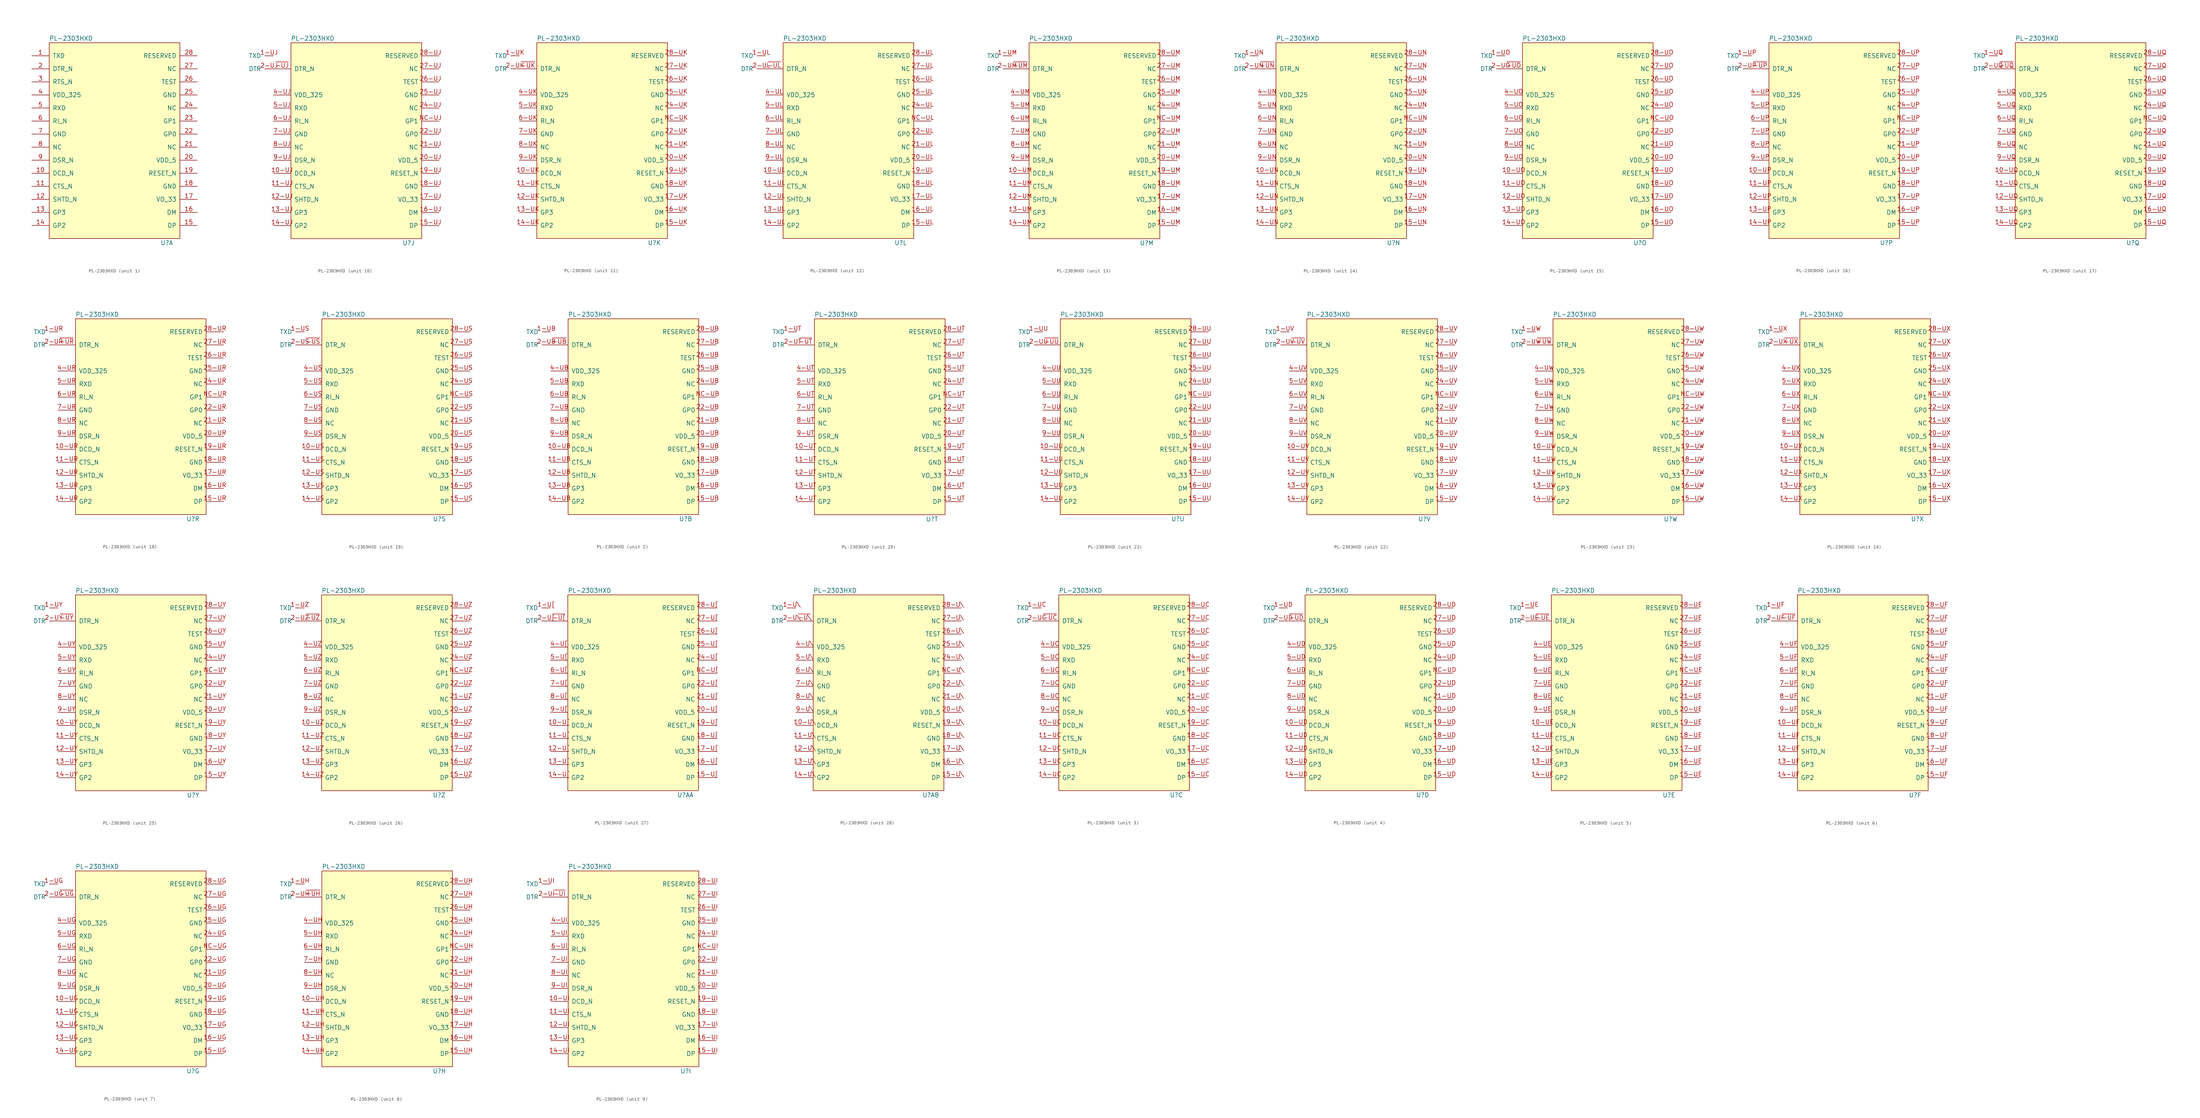
<source format=kicad_sym>
(kicad_symbol_lib
  (version 20211014)
  (generator kicad_symbol_editor)
  (symbol "PL-2303HXD"
    (pin_names
      (offset 1.016))
    (property "Reference" "U"
      (at 16.51 -30.48 0)
      (effects (font (size 1.27 1.27))))
    (property "Value" "PL-2303HXD"
      (at -11.43 29.21 0)
      (effects (font (size 1.27 1.27))))
    (symbol "PL-2303HXD_0_1"
      (rectangle (start -17.78 27.94) (end 20.32 -29.21) (stroke (width 0) (type default) (color 0 0 0 0)) (fill (type background))))
    (symbol "PL-2303HXD_1_1"
      (pin input line (at -22.86 24.13 0) (length 5.004) (name "TXD" (effects (font (size 1.27 1.27)))) (number "1" (effects (font (size 1.27 1.27)))))
      (pin input line (at -22.86 -10.16 0) (length 5.004) (name "DCD_N" (effects (font (size 1.27 1.27)))) (number "10" (effects (font (size 1.27 1.27)))))
      (pin input line (at -22.86 -13.97 0) (length 5.004) (name "CTS_N" (effects (font (size 1.27 1.27)))) (number "11" (effects (font (size 1.27 1.27)))))
      (pin input line (at -22.86 -17.78 0) (length 5.004) (name "SHTD_N" (effects (font (size 1.27 1.27)))) (number "12" (effects (font (size 1.27 1.27)))))
      (pin input line (at -22.86 -21.59 0) (length 5.004) (name "GP3" (effects (font (size 1.27 1.27)))) (number "13" (effects (font (size 1.27 1.27)))))
      (pin input line (at -22.86 -25.4 0) (length 5.004) (name "GP2" (effects (font (size 1.27 1.27)))) (number "14" (effects (font (size 1.27 1.27)))))
      (pin input line (at 25.4 -25.4 180) (length 5.004) (name "DP" (effects (font (size 1.27 1.27)))) (number "15" (effects (font (size 1.27 1.27)))))
      (pin input line (at 25.4 -21.59 180) (length 5.004) (name "DM" (effects (font (size 1.27 1.27)))) (number "16" (effects (font (size 1.27 1.27)))))
      (pin input line (at 25.4 -17.78 180) (length 5.004) (name "VO_33" (effects (font (size 1.27 1.27)))) (number "17" (effects (font (size 1.27 1.27)))))
      (pin input line (at 25.4 -13.97 180) (length 5.004) (name "GND" (effects (font (size 1.27 1.27)))) (number "18" (effects (font (size 1.27 1.27)))))
      (pin input line (at 25.4 -10.16 180) (length 5.004) (name "RESET_N" (effects (font (size 1.27 1.27)))) (number "19" (effects (font (size 1.27 1.27)))))
      (pin input line (at -22.86 20.32 0) (length 5.004) (name "DTR_N" (effects (font (size 1.27 1.27)))) (number "2" (effects (font (size 1.27 1.27)))))
      (pin power_in line (at 25.4 -6.35 180) (length 5.004) (name "VDD_5" (effects (font (size 1.27 1.27)))) (number "20" (effects (font (size 1.27 1.27)))))
      (pin input line (at 25.4 -2.54 180) (length 5.004) (name "NC" (effects (font (size 1.27 1.27)))) (number "21" (effects (font (size 1.27 1.27)))))
      (pin input line (at 25.4 1.27 180) (length 5.004) (name "GP0" (effects (font (size 1.27 1.27)))) (number "22" (effects (font (size 1.27 1.27)))))
      (pin input line (at 25.4 5.08 180) (length 5.004) (name "GP1" (effects (font (size 1.27 1.27)))) (number "23" (effects (font (size 1.27 1.27)))))
      (pin input line (at 25.4 8.89 180) (length 5.004) (name "NC" (effects (font (size 1.27 1.27)))) (number "24" (effects (font (size 1.27 1.27)))))
      (pin power_in line (at 25.4 12.7 180) (length 5.004) (name "GND" (effects (font (size 1.27 1.27)))) (number "25" (effects (font (size 1.27 1.27)))))
      (pin input line (at 25.4 16.51 180) (length 5.004) (name "TEST" (effects (font (size 1.27 1.27)))) (number "26" (effects (font (size 1.27 1.27)))))
      (pin input line (at 25.4 20.32 180) (length 5.004) (name "NC" (effects (font (size 1.27 1.27)))) (number "27" (effects (font (size 1.27 1.27)))))
      (pin input line (at 25.4 24.13 180) (length 5.004) (name "RESERVED" (effects (font (size 1.27 1.27)))) (number "28" (effects (font (size 1.27 1.27)))))
      (pin input line (at -22.86 16.51 0) (length 5.004) (name "RTS_N" (effects (font (size 1.27 1.27)))) (number "3" (effects (font (size 1.27 1.27)))))
      (pin power_in line (at -22.86 12.7 0) (length 5.004) (name "VDD_325" (effects (font (size 1.27 1.27)))) (number "4" (effects (font (size 1.27 1.27)))))
      (pin input line (at -22.86 8.89 0) (length 5.004) (name "RXD" (effects (font (size 1.27 1.27)))) (number "5" (effects (font (size 1.27 1.27)))))
      (pin input line (at -22.86 5.08 0) (length 5.004) (name "RI_N" (effects (font (size 1.27 1.27)))) (number "6" (effects (font (size 1.27 1.27)))))
      (pin power_in line (at -22.86 1.27 0) (length 5.004) (name "GND" (effects (font (size 1.27 1.27)))) (number "7" (effects (font (size 1.27 1.27)))))
      (pin input line (at -22.86 -2.54 0) (length 5.004) (name "NC" (effects (font (size 1.27 1.27)))) (number "8" (effects (font (size 1.27 1.27)))))
      (pin input line (at -22.86 -6.35 0) (length 5.004) (name "DSR_N" (effects (font (size 1.27 1.27)))) (number "9" (effects (font (size 1.27 1.27))))))
    (symbol "PL-2303HXD_2_1"
      (pin output line (at -22.86 24.13 180) (length 2.54) (name "TXD" (effects (font (size 1.27 1.27)))) (number "1-UB" (effects (font (size 1.27 1.27)))))
      (pin input line (at -22.86 -10.16 0) (length 5.004) (name "DCD_N" (effects (font (size 1.27 1.27)))) (number "10-UB" (effects (font (size 1.27 1.27)))))
      (pin input line (at -22.86 -13.97 0) (length 5.004) (name "CTS_N" (effects (font (size 1.27 1.27)))) (number "11-UB" (effects (font (size 1.27 1.27)))))
      (pin input line (at -22.86 -17.78 0) (length 5.004) (name "SHTD_N" (effects (font (size 1.27 1.27)))) (number "12-UB" (effects (font (size 1.27 1.27)))))
      (pin input line (at -22.86 -21.59 0) (length 5.004) (name "GP3" (effects (font (size 1.27 1.27)))) (number "13-UB" (effects (font (size 1.27 1.27)))))
      (pin input line (at -22.86 -25.4 0) (length 5.004) (name "GP2" (effects (font (size 1.27 1.27)))) (number "14-UB" (effects (font (size 1.27 1.27)))))
      (pin input line (at 25.4 -25.4 180) (length 5.004) (name "DP" (effects (font (size 1.27 1.27)))) (number "15-UB" (effects (font (size 1.27 1.27)))))
      (pin input line (at 25.4 -21.59 180) (length 5.004) (name "DM" (effects (font (size 1.27 1.27)))) (number "16-UB" (effects (font (size 1.27 1.27)))))
      (pin input line (at 25.4 -17.78 180) (length 5.004) (name "VO_33" (effects (font (size 1.27 1.27)))) (number "17-UB" (effects (font (size 1.27 1.27)))))
      (pin input line (at 25.4 -13.97 180) (length 5.004) (name "GND" (effects (font (size 1.27 1.27)))) (number "18-UB" (effects (font (size 1.27 1.27)))))
      (pin input line (at 25.4 -10.16 180) (length 5.004) (name "RESET_N" (effects (font (size 1.27 1.27)))) (number "19-UB" (effects (font (size 1.27 1.27)))))
      (pin output line (at -22.86 20.32 180) (length 2.54) (name "DTR" (effects (font (size 1.27 1.27)))) (number "2-UB" (effects (font (size 1.27 1.27)))))
      (pin power_in line (at 25.4 -6.35 180) (length 5.004) (name "VDD_5" (effects (font (size 1.27 1.27)))) (number "20-UB" (effects (font (size 1.27 1.27)))))
      (pin input line (at 25.4 -2.54 180) (length 5.004) (name "NC" (effects (font (size 1.27 1.27)))) (number "21-UB" (effects (font (size 1.27 1.27)))))
      (pin input line (at 25.4 1.27 180) (length 5.004) (name "GP0" (effects (font (size 1.27 1.27)))) (number "22-UB" (effects (font (size 1.27 1.27)))))
      (pin input line (at 25.4 8.89 180) (length 5.004) (name "NC" (effects (font (size 1.27 1.27)))) (number "24-UB" (effects (font (size 1.27 1.27)))))
      (pin power_in line (at 25.4 12.7 180) (length 5.004) (name "GND" (effects (font (size 1.27 1.27)))) (number "25-UB" (effects (font (size 1.27 1.27)))))
      (pin input line (at 25.4 16.51 180) (length 5.004) (name "TEST" (effects (font (size 1.27 1.27)))) (number "26-UB" (effects (font (size 1.27 1.27)))))
      (pin input line (at 25.4 20.32 180) (length 5.004) (name "NC" (effects (font (size 1.27 1.27)))) (number "27-UB" (effects (font (size 1.27 1.27)))))
      (pin input line (at 25.4 24.13 180) (length 5.004) (name "RESERVED" (effects (font (size 1.27 1.27)))) (number "28-UB" (effects (font (size 1.27 1.27)))))
      (pin power_in line (at -22.86 12.7 0) (length 5.004) (name "VDD_325" (effects (font (size 1.27 1.27)))) (number "4-UB" (effects (font (size 1.27 1.27)))))
      (pin input line (at -22.86 8.89 0) (length 5.004) (name "RXD" (effects (font (size 1.27 1.27)))) (number "5-UB" (effects (font (size 1.27 1.27)))))
      (pin input line (at -22.86 5.08 0) (length 5.004) (name "RI_N" (effects (font (size 1.27 1.27)))) (number "6-UB" (effects (font (size 1.27 1.27)))))
      (pin power_in line (at -22.86 1.27 0) (length 5.004) (name "GND" (effects (font (size 1.27 1.27)))) (number "7-UB" (effects (font (size 1.27 1.27)))))
      (pin input line (at -22.86 -2.54 0) (length 5.004) (name "NC" (effects (font (size 1.27 1.27)))) (number "8-UB" (effects (font (size 1.27 1.27)))))
      (pin input line (at -22.86 -6.35 0) (length 5.004) (name "DSR_N" (effects (font (size 1.27 1.27)))) (number "9-UB" (effects (font (size 1.27 1.27)))))
      (pin input line (at 25.4 5.08 180) (length 5.004) (name "GP1" (effects (font (size 1.27 1.27)))) (number "NC-UB" (effects (font (size 1.27 1.27)))))
      (pin input line (at -22.86 20.32 0) (length 5.004) (name "DTR_N" (effects (font (size 1.27 1.27)))) (number "~{-UB}" (effects (font (size 1.27 1.27))))))
    (symbol "PL-2303HXD_3_1"
      (pin output line (at -22.86 24.13 180) (length 2.54) (name "TXD" (effects (font (size 1.27 1.27)))) (number "1-UC" (effects (font (size 1.27 1.27)))))
      (pin input line (at -22.86 -10.16 0) (length 5.004) (name "DCD_N" (effects (font (size 1.27 1.27)))) (number "10-UC" (effects (font (size 1.27 1.27)))))
      (pin input line (at -22.86 -13.97 0) (length 5.004) (name "CTS_N" (effects (font (size 1.27 1.27)))) (number "11-UC" (effects (font (size 1.27 1.27)))))
      (pin input line (at -22.86 -17.78 0) (length 5.004) (name "SHTD_N" (effects (font (size 1.27 1.27)))) (number "12-UC" (effects (font (size 1.27 1.27)))))
      (pin input line (at -22.86 -21.59 0) (length 5.004) (name "GP3" (effects (font (size 1.27 1.27)))) (number "13-UC" (effects (font (size 1.27 1.27)))))
      (pin input line (at -22.86 -25.4 0) (length 5.004) (name "GP2" (effects (font (size 1.27 1.27)))) (number "14-UC" (effects (font (size 1.27 1.27)))))
      (pin input line (at 25.4 -25.4 180) (length 5.004) (name "DP" (effects (font (size 1.27 1.27)))) (number "15-UC" (effects (font (size 1.27 1.27)))))
      (pin input line (at 25.4 -21.59 180) (length 5.004) (name "DM" (effects (font (size 1.27 1.27)))) (number "16-UC" (effects (font (size 1.27 1.27)))))
      (pin input line (at 25.4 -17.78 180) (length 5.004) (name "VO_33" (effects (font (size 1.27 1.27)))) (number "17-UC" (effects (font (size 1.27 1.27)))))
      (pin input line (at 25.4 -13.97 180) (length 5.004) (name "GND" (effects (font (size 1.27 1.27)))) (number "18-UC" (effects (font (size 1.27 1.27)))))
      (pin input line (at 25.4 -10.16 180) (length 5.004) (name "RESET_N" (effects (font (size 1.27 1.27)))) (number "19-UC" (effects (font (size 1.27 1.27)))))
      (pin output line (at -22.86 20.32 180) (length 2.54) (name "DTR" (effects (font (size 1.27 1.27)))) (number "2-UC" (effects (font (size 1.27 1.27)))))
      (pin power_in line (at 25.4 -6.35 180) (length 5.004) (name "VDD_5" (effects (font (size 1.27 1.27)))) (number "20-UC" (effects (font (size 1.27 1.27)))))
      (pin input line (at 25.4 -2.54 180) (length 5.004) (name "NC" (effects (font (size 1.27 1.27)))) (number "21-UC" (effects (font (size 1.27 1.27)))))
      (pin input line (at 25.4 1.27 180) (length 5.004) (name "GP0" (effects (font (size 1.27 1.27)))) (number "22-UC" (effects (font (size 1.27 1.27)))))
      (pin input line (at 25.4 8.89 180) (length 5.004) (name "NC" (effects (font (size 1.27 1.27)))) (number "24-UC" (effects (font (size 1.27 1.27)))))
      (pin power_in line (at 25.4 12.7 180) (length 5.004) (name "GND" (effects (font (size 1.27 1.27)))) (number "25-UC" (effects (font (size 1.27 1.27)))))
      (pin input line (at 25.4 16.51 180) (length 5.004) (name "TEST" (effects (font (size 1.27 1.27)))) (number "26-UC" (effects (font (size 1.27 1.27)))))
      (pin input line (at 25.4 20.32 180) (length 5.004) (name "NC" (effects (font (size 1.27 1.27)))) (number "27-UC" (effects (font (size 1.27 1.27)))))
      (pin input line (at 25.4 24.13 180) (length 5.004) (name "RESERVED" (effects (font (size 1.27 1.27)))) (number "28-UC" (effects (font (size 1.27 1.27)))))
      (pin power_in line (at -22.86 12.7 0) (length 5.004) (name "VDD_325" (effects (font (size 1.27 1.27)))) (number "4-UC" (effects (font (size 1.27 1.27)))))
      (pin input line (at -22.86 8.89 0) (length 5.004) (name "RXD" (effects (font (size 1.27 1.27)))) (number "5-UC" (effects (font (size 1.27 1.27)))))
      (pin input line (at -22.86 5.08 0) (length 5.004) (name "RI_N" (effects (font (size 1.27 1.27)))) (number "6-UC" (effects (font (size 1.27 1.27)))))
      (pin power_in line (at -22.86 1.27 0) (length 5.004) (name "GND" (effects (font (size 1.27 1.27)))) (number "7-UC" (effects (font (size 1.27 1.27)))))
      (pin input line (at -22.86 -2.54 0) (length 5.004) (name "NC" (effects (font (size 1.27 1.27)))) (number "8-UC" (effects (font (size 1.27 1.27)))))
      (pin input line (at -22.86 -6.35 0) (length 5.004) (name "DSR_N" (effects (font (size 1.27 1.27)))) (number "9-UC" (effects (font (size 1.27 1.27)))))
      (pin input line (at 25.4 5.08 180) (length 5.004) (name "GP1" (effects (font (size 1.27 1.27)))) (number "NC-UC" (effects (font (size 1.27 1.27)))))
      (pin input line (at -22.86 20.32 0) (length 5.004) (name "DTR_N" (effects (font (size 1.27 1.27)))) (number "~{-UC}" (effects (font (size 1.27 1.27))))))
    (symbol "PL-2303HXD_4_1"
      (pin output line (at -22.86 24.13 180) (length 2.54) (name "TXD" (effects (font (size 1.27 1.27)))) (number "1-UD" (effects (font (size 1.27 1.27)))))
      (pin input line (at -22.86 -10.16 0) (length 5.004) (name "DCD_N" (effects (font (size 1.27 1.27)))) (number "10-UD" (effects (font (size 1.27 1.27)))))
      (pin input line (at -22.86 -13.97 0) (length 5.004) (name "CTS_N" (effects (font (size 1.27 1.27)))) (number "11-UD" (effects (font (size 1.27 1.27)))))
      (pin input line (at -22.86 -17.78 0) (length 5.004) (name "SHTD_N" (effects (font (size 1.27 1.27)))) (number "12-UD" (effects (font (size 1.27 1.27)))))
      (pin input line (at -22.86 -21.59 0) (length 5.004) (name "GP3" (effects (font (size 1.27 1.27)))) (number "13-UD" (effects (font (size 1.27 1.27)))))
      (pin input line (at -22.86 -25.4 0) (length 5.004) (name "GP2" (effects (font (size 1.27 1.27)))) (number "14-UD" (effects (font (size 1.27 1.27)))))
      (pin input line (at 25.4 -25.4 180) (length 5.004) (name "DP" (effects (font (size 1.27 1.27)))) (number "15-UD" (effects (font (size 1.27 1.27)))))
      (pin input line (at 25.4 -21.59 180) (length 5.004) (name "DM" (effects (font (size 1.27 1.27)))) (number "16-UD" (effects (font (size 1.27 1.27)))))
      (pin input line (at 25.4 -17.78 180) (length 5.004) (name "VO_33" (effects (font (size 1.27 1.27)))) (number "17-UD" (effects (font (size 1.27 1.27)))))
      (pin input line (at 25.4 -13.97 180) (length 5.004) (name "GND" (effects (font (size 1.27 1.27)))) (number "18-UD" (effects (font (size 1.27 1.27)))))
      (pin input line (at 25.4 -10.16 180) (length 5.004) (name "RESET_N" (effects (font (size 1.27 1.27)))) (number "19-UD" (effects (font (size 1.27 1.27)))))
      (pin output line (at -22.86 20.32 180) (length 2.54) (name "DTR" (effects (font (size 1.27 1.27)))) (number "2-UD" (effects (font (size 1.27 1.27)))))
      (pin power_in line (at 25.4 -6.35 180) (length 5.004) (name "VDD_5" (effects (font (size 1.27 1.27)))) (number "20-UD" (effects (font (size 1.27 1.27)))))
      (pin input line (at 25.4 -2.54 180) (length 5.004) (name "NC" (effects (font (size 1.27 1.27)))) (number "21-UD" (effects (font (size 1.27 1.27)))))
      (pin input line (at 25.4 1.27 180) (length 5.004) (name "GP0" (effects (font (size 1.27 1.27)))) (number "22-UD" (effects (font (size 1.27 1.27)))))
      (pin input line (at 25.4 8.89 180) (length 5.004) (name "NC" (effects (font (size 1.27 1.27)))) (number "24-UD" (effects (font (size 1.27 1.27)))))
      (pin power_in line (at 25.4 12.7 180) (length 5.004) (name "GND" (effects (font (size 1.27 1.27)))) (number "25-UD" (effects (font (size 1.27 1.27)))))
      (pin input line (at 25.4 16.51 180) (length 5.004) (name "TEST" (effects (font (size 1.27 1.27)))) (number "26-UD" (effects (font (size 1.27 1.27)))))
      (pin input line (at 25.4 20.32 180) (length 5.004) (name "NC" (effects (font (size 1.27 1.27)))) (number "27-UD" (effects (font (size 1.27 1.27)))))
      (pin input line (at 25.4 24.13 180) (length 5.004) (name "RESERVED" (effects (font (size 1.27 1.27)))) (number "28-UD" (effects (font (size 1.27 1.27)))))
      (pin power_in line (at -22.86 12.7 0) (length 5.004) (name "VDD_325" (effects (font (size 1.27 1.27)))) (number "4-UD" (effects (font (size 1.27 1.27)))))
      (pin input line (at -22.86 8.89 0) (length 5.004) (name "RXD" (effects (font (size 1.27 1.27)))) (number "5-UD" (effects (font (size 1.27 1.27)))))
      (pin input line (at -22.86 5.08 0) (length 5.004) (name "RI_N" (effects (font (size 1.27 1.27)))) (number "6-UD" (effects (font (size 1.27 1.27)))))
      (pin power_in line (at -22.86 1.27 0) (length 5.004) (name "GND" (effects (font (size 1.27 1.27)))) (number "7-UD" (effects (font (size 1.27 1.27)))))
      (pin input line (at -22.86 -2.54 0) (length 5.004) (name "NC" (effects (font (size 1.27 1.27)))) (number "8-UD" (effects (font (size 1.27 1.27)))))
      (pin input line (at -22.86 -6.35 0) (length 5.004) (name "DSR_N" (effects (font (size 1.27 1.27)))) (number "9-UD" (effects (font (size 1.27 1.27)))))
      (pin input line (at 25.4 5.08 180) (length 5.004) (name "GP1" (effects (font (size 1.27 1.27)))) (number "NC-UD" (effects (font (size 1.27 1.27)))))
      (pin input line (at -22.86 20.32 0) (length 5.004) (name "DTR_N" (effects (font (size 1.27 1.27)))) (number "~{-UD}" (effects (font (size 1.27 1.27))))))
    (symbol "PL-2303HXD_5_1"
      (pin output line (at -22.86 24.13 180) (length 2.54) (name "TXD" (effects (font (size 1.27 1.27)))) (number "1-UE" (effects (font (size 1.27 1.27)))))
      (pin input line (at -22.86 -10.16 0) (length 5.004) (name "DCD_N" (effects (font (size 1.27 1.27)))) (number "10-UE" (effects (font (size 1.27 1.27)))))
      (pin input line (at -22.86 -13.97 0) (length 5.004) (name "CTS_N" (effects (font (size 1.27 1.27)))) (number "11-UE" (effects (font (size 1.27 1.27)))))
      (pin input line (at -22.86 -17.78 0) (length 5.004) (name "SHTD_N" (effects (font (size 1.27 1.27)))) (number "12-UE" (effects (font (size 1.27 1.27)))))
      (pin input line (at -22.86 -21.59 0) (length 5.004) (name "GP3" (effects (font (size 1.27 1.27)))) (number "13-UE" (effects (font (size 1.27 1.27)))))
      (pin input line (at -22.86 -25.4 0) (length 5.004) (name "GP2" (effects (font (size 1.27 1.27)))) (number "14-UE" (effects (font (size 1.27 1.27)))))
      (pin input line (at 25.4 -25.4 180) (length 5.004) (name "DP" (effects (font (size 1.27 1.27)))) (number "15-UE" (effects (font (size 1.27 1.27)))))
      (pin input line (at 25.4 -21.59 180) (length 5.004) (name "DM" (effects (font (size 1.27 1.27)))) (number "16-UE" (effects (font (size 1.27 1.27)))))
      (pin input line (at 25.4 -17.78 180) (length 5.004) (name "VO_33" (effects (font (size 1.27 1.27)))) (number "17-UE" (effects (font (size 1.27 1.27)))))
      (pin input line (at 25.4 -13.97 180) (length 5.004) (name "GND" (effects (font (size 1.27 1.27)))) (number "18-UE" (effects (font (size 1.27 1.27)))))
      (pin input line (at 25.4 -10.16 180) (length 5.004) (name "RESET_N" (effects (font (size 1.27 1.27)))) (number "19-UE" (effects (font (size 1.27 1.27)))))
      (pin output line (at -22.86 20.32 180) (length 2.54) (name "DTR" (effects (font (size 1.27 1.27)))) (number "2-UE" (effects (font (size 1.27 1.27)))))
      (pin power_in line (at 25.4 -6.35 180) (length 5.004) (name "VDD_5" (effects (font (size 1.27 1.27)))) (number "20-UE" (effects (font (size 1.27 1.27)))))
      (pin input line (at 25.4 -2.54 180) (length 5.004) (name "NC" (effects (font (size 1.27 1.27)))) (number "21-UE" (effects (font (size 1.27 1.27)))))
      (pin input line (at 25.4 1.27 180) (length 5.004) (name "GP0" (effects (font (size 1.27 1.27)))) (number "22-UE" (effects (font (size 1.27 1.27)))))
      (pin input line (at 25.4 8.89 180) (length 5.004) (name "NC" (effects (font (size 1.27 1.27)))) (number "24-UE" (effects (font (size 1.27 1.27)))))
      (pin power_in line (at 25.4 12.7 180) (length 5.004) (name "GND" (effects (font (size 1.27 1.27)))) (number "25-UE" (effects (font (size 1.27 1.27)))))
      (pin input line (at 25.4 16.51 180) (length 5.004) (name "TEST" (effects (font (size 1.27 1.27)))) (number "26-UE" (effects (font (size 1.27 1.27)))))
      (pin input line (at 25.4 20.32 180) (length 5.004) (name "NC" (effects (font (size 1.27 1.27)))) (number "27-UE" (effects (font (size 1.27 1.27)))))
      (pin input line (at 25.4 24.13 180) (length 5.004) (name "RESERVED" (effects (font (size 1.27 1.27)))) (number "28-UE" (effects (font (size 1.27 1.27)))))
      (pin power_in line (at -22.86 12.7 0) (length 5.004) (name "VDD_325" (effects (font (size 1.27 1.27)))) (number "4-UE" (effects (font (size 1.27 1.27)))))
      (pin input line (at -22.86 8.89 0) (length 5.004) (name "RXD" (effects (font (size 1.27 1.27)))) (number "5-UE" (effects (font (size 1.27 1.27)))))
      (pin input line (at -22.86 5.08 0) (length 5.004) (name "RI_N" (effects (font (size 1.27 1.27)))) (number "6-UE" (effects (font (size 1.27 1.27)))))
      (pin power_in line (at -22.86 1.27 0) (length 5.004) (name "GND" (effects (font (size 1.27 1.27)))) (number "7-UE" (effects (font (size 1.27 1.27)))))
      (pin input line (at -22.86 -2.54 0) (length 5.004) (name "NC" (effects (font (size 1.27 1.27)))) (number "8-UE" (effects (font (size 1.27 1.27)))))
      (pin input line (at -22.86 -6.35 0) (length 5.004) (name "DSR_N" (effects (font (size 1.27 1.27)))) (number "9-UE" (effects (font (size 1.27 1.27)))))
      (pin input line (at 25.4 5.08 180) (length 5.004) (name "GP1" (effects (font (size 1.27 1.27)))) (number "NC-UE" (effects (font (size 1.27 1.27)))))
      (pin input line (at -22.86 20.32 0) (length 5.004) (name "DTR_N" (effects (font (size 1.27 1.27)))) (number "~{-UE}" (effects (font (size 1.27 1.27))))))
    (symbol "PL-2303HXD_6_1"
      (pin output line (at -22.86 24.13 180) (length 2.54) (name "TXD" (effects (font (size 1.27 1.27)))) (number "1-UF" (effects (font (size 1.27 1.27)))))
      (pin input line (at -22.86 -10.16 0) (length 5.004) (name "DCD_N" (effects (font (size 1.27 1.27)))) (number "10-UF" (effects (font (size 1.27 1.27)))))
      (pin input line (at -22.86 -13.97 0) (length 5.004) (name "CTS_N" (effects (font (size 1.27 1.27)))) (number "11-UF" (effects (font (size 1.27 1.27)))))
      (pin input line (at -22.86 -17.78 0) (length 5.004) (name "SHTD_N" (effects (font (size 1.27 1.27)))) (number "12-UF" (effects (font (size 1.27 1.27)))))
      (pin input line (at -22.86 -21.59 0) (length 5.004) (name "GP3" (effects (font (size 1.27 1.27)))) (number "13-UF" (effects (font (size 1.27 1.27)))))
      (pin input line (at -22.86 -25.4 0) (length 5.004) (name "GP2" (effects (font (size 1.27 1.27)))) (number "14-UF" (effects (font (size 1.27 1.27)))))
      (pin input line (at 25.4 -25.4 180) (length 5.004) (name "DP" (effects (font (size 1.27 1.27)))) (number "15-UF" (effects (font (size 1.27 1.27)))))
      (pin input line (at 25.4 -21.59 180) (length 5.004) (name "DM" (effects (font (size 1.27 1.27)))) (number "16-UF" (effects (font (size 1.27 1.27)))))
      (pin input line (at 25.4 -17.78 180) (length 5.004) (name "VO_33" (effects (font (size 1.27 1.27)))) (number "17-UF" (effects (font (size 1.27 1.27)))))
      (pin input line (at 25.4 -13.97 180) (length 5.004) (name "GND" (effects (font (size 1.27 1.27)))) (number "18-UF" (effects (font (size 1.27 1.27)))))
      (pin input line (at 25.4 -10.16 180) (length 5.004) (name "RESET_N" (effects (font (size 1.27 1.27)))) (number "19-UF" (effects (font (size 1.27 1.27)))))
      (pin output line (at -22.86 20.32 180) (length 2.54) (name "DTR" (effects (font (size 1.27 1.27)))) (number "2-UF" (effects (font (size 1.27 1.27)))))
      (pin power_in line (at 25.4 -6.35 180) (length 5.004) (name "VDD_5" (effects (font (size 1.27 1.27)))) (number "20-UF" (effects (font (size 1.27 1.27)))))
      (pin input line (at 25.4 -2.54 180) (length 5.004) (name "NC" (effects (font (size 1.27 1.27)))) (number "21-UF" (effects (font (size 1.27 1.27)))))
      (pin input line (at 25.4 1.27 180) (length 5.004) (name "GP0" (effects (font (size 1.27 1.27)))) (number "22-UF" (effects (font (size 1.27 1.27)))))
      (pin input line (at 25.4 8.89 180) (length 5.004) (name "NC" (effects (font (size 1.27 1.27)))) (number "24-UF" (effects (font (size 1.27 1.27)))))
      (pin power_in line (at 25.4 12.7 180) (length 5.004) (name "GND" (effects (font (size 1.27 1.27)))) (number "25-UF" (effects (font (size 1.27 1.27)))))
      (pin input line (at 25.4 16.51 180) (length 5.004) (name "TEST" (effects (font (size 1.27 1.27)))) (number "26-UF" (effects (font (size 1.27 1.27)))))
      (pin input line (at 25.4 20.32 180) (length 5.004) (name "NC" (effects (font (size 1.27 1.27)))) (number "27-UF" (effects (font (size 1.27 1.27)))))
      (pin input line (at 25.4 24.13 180) (length 5.004) (name "RESERVED" (effects (font (size 1.27 1.27)))) (number "28-UF" (effects (font (size 1.27 1.27)))))
      (pin power_in line (at -22.86 12.7 0) (length 5.004) (name "VDD_325" (effects (font (size 1.27 1.27)))) (number "4-UF" (effects (font (size 1.27 1.27)))))
      (pin input line (at -22.86 8.89 0) (length 5.004) (name "RXD" (effects (font (size 1.27 1.27)))) (number "5-UF" (effects (font (size 1.27 1.27)))))
      (pin input line (at -22.86 5.08 0) (length 5.004) (name "RI_N" (effects (font (size 1.27 1.27)))) (number "6-UF" (effects (font (size 1.27 1.27)))))
      (pin power_in line (at -22.86 1.27 0) (length 5.004) (name "GND" (effects (font (size 1.27 1.27)))) (number "7-UF" (effects (font (size 1.27 1.27)))))
      (pin input line (at -22.86 -2.54 0) (length 5.004) (name "NC" (effects (font (size 1.27 1.27)))) (number "8-UF" (effects (font (size 1.27 1.27)))))
      (pin input line (at -22.86 -6.35 0) (length 5.004) (name "DSR_N" (effects (font (size 1.27 1.27)))) (number "9-UF" (effects (font (size 1.27 1.27)))))
      (pin input line (at 25.4 5.08 180) (length 5.004) (name "GP1" (effects (font (size 1.27 1.27)))) (number "NC-UF" (effects (font (size 1.27 1.27)))))
      (pin input line (at -22.86 20.32 0) (length 5.004) (name "DTR_N" (effects (font (size 1.27 1.27)))) (number "~{-UF}" (effects (font (size 1.27 1.27))))))
    (symbol "PL-2303HXD_7_1"
      (pin output line (at -22.86 24.13 180) (length 2.54) (name "TXD" (effects (font (size 1.27 1.27)))) (number "1-UG" (effects (font (size 1.27 1.27)))))
      (pin input line (at -22.86 -10.16 0) (length 5.004) (name "DCD_N" (effects (font (size 1.27 1.27)))) (number "10-UG" (effects (font (size 1.27 1.27)))))
      (pin input line (at -22.86 -13.97 0) (length 5.004) (name "CTS_N" (effects (font (size 1.27 1.27)))) (number "11-UG" (effects (font (size 1.27 1.27)))))
      (pin input line (at -22.86 -17.78 0) (length 5.004) (name "SHTD_N" (effects (font (size 1.27 1.27)))) (number "12-UG" (effects (font (size 1.27 1.27)))))
      (pin input line (at -22.86 -21.59 0) (length 5.004) (name "GP3" (effects (font (size 1.27 1.27)))) (number "13-UG" (effects (font (size 1.27 1.27)))))
      (pin input line (at -22.86 -25.4 0) (length 5.004) (name "GP2" (effects (font (size 1.27 1.27)))) (number "14-UG" (effects (font (size 1.27 1.27)))))
      (pin input line (at 25.4 -25.4 180) (length 5.004) (name "DP" (effects (font (size 1.27 1.27)))) (number "15-UG" (effects (font (size 1.27 1.27)))))
      (pin input line (at 25.4 -21.59 180) (length 5.004) (name "DM" (effects (font (size 1.27 1.27)))) (number "16-UG" (effects (font (size 1.27 1.27)))))
      (pin input line (at 25.4 -17.78 180) (length 5.004) (name "VO_33" (effects (font (size 1.27 1.27)))) (number "17-UG" (effects (font (size 1.27 1.27)))))
      (pin input line (at 25.4 -13.97 180) (length 5.004) (name "GND" (effects (font (size 1.27 1.27)))) (number "18-UG" (effects (font (size 1.27 1.27)))))
      (pin input line (at 25.4 -10.16 180) (length 5.004) (name "RESET_N" (effects (font (size 1.27 1.27)))) (number "19-UG" (effects (font (size 1.27 1.27)))))
      (pin output line (at -22.86 20.32 180) (length 2.54) (name "DTR" (effects (font (size 1.27 1.27)))) (number "2-UG" (effects (font (size 1.27 1.27)))))
      (pin power_in line (at 25.4 -6.35 180) (length 5.004) (name "VDD_5" (effects (font (size 1.27 1.27)))) (number "20-UG" (effects (font (size 1.27 1.27)))))
      (pin input line (at 25.4 -2.54 180) (length 5.004) (name "NC" (effects (font (size 1.27 1.27)))) (number "21-UG" (effects (font (size 1.27 1.27)))))
      (pin input line (at 25.4 1.27 180) (length 5.004) (name "GP0" (effects (font (size 1.27 1.27)))) (number "22-UG" (effects (font (size 1.27 1.27)))))
      (pin input line (at 25.4 8.89 180) (length 5.004) (name "NC" (effects (font (size 1.27 1.27)))) (number "24-UG" (effects (font (size 1.27 1.27)))))
      (pin power_in line (at 25.4 12.7 180) (length 5.004) (name "GND" (effects (font (size 1.27 1.27)))) (number "25-UG" (effects (font (size 1.27 1.27)))))
      (pin input line (at 25.4 16.51 180) (length 5.004) (name "TEST" (effects (font (size 1.27 1.27)))) (number "26-UG" (effects (font (size 1.27 1.27)))))
      (pin input line (at 25.4 20.32 180) (length 5.004) (name "NC" (effects (font (size 1.27 1.27)))) (number "27-UG" (effects (font (size 1.27 1.27)))))
      (pin input line (at 25.4 24.13 180) (length 5.004) (name "RESERVED" (effects (font (size 1.27 1.27)))) (number "28-UG" (effects (font (size 1.27 1.27)))))
      (pin power_in line (at -22.86 12.7 0) (length 5.004) (name "VDD_325" (effects (font (size 1.27 1.27)))) (number "4-UG" (effects (font (size 1.27 1.27)))))
      (pin input line (at -22.86 8.89 0) (length 5.004) (name "RXD" (effects (font (size 1.27 1.27)))) (number "5-UG" (effects (font (size 1.27 1.27)))))
      (pin input line (at -22.86 5.08 0) (length 5.004) (name "RI_N" (effects (font (size 1.27 1.27)))) (number "6-UG" (effects (font (size 1.27 1.27)))))
      (pin power_in line (at -22.86 1.27 0) (length 5.004) (name "GND" (effects (font (size 1.27 1.27)))) (number "7-UG" (effects (font (size 1.27 1.27)))))
      (pin input line (at -22.86 -2.54 0) (length 5.004) (name "NC" (effects (font (size 1.27 1.27)))) (number "8-UG" (effects (font (size 1.27 1.27)))))
      (pin input line (at -22.86 -6.35 0) (length 5.004) (name "DSR_N" (effects (font (size 1.27 1.27)))) (number "9-UG" (effects (font (size 1.27 1.27)))))
      (pin input line (at 25.4 5.08 180) (length 5.004) (name "GP1" (effects (font (size 1.27 1.27)))) (number "NC-UG" (effects (font (size 1.27 1.27)))))
      (pin input line (at -22.86 20.32 0) (length 5.004) (name "DTR_N" (effects (font (size 1.27 1.27)))) (number "~{-UG}" (effects (font (size 1.27 1.27))))))
    (symbol "PL-2303HXD_8_1"
      (pin output line (at -22.86 24.13 180) (length 2.54) (name "TXD" (effects (font (size 1.27 1.27)))) (number "1-UH" (effects (font (size 1.27 1.27)))))
      (pin input line (at -22.86 -10.16 0) (length 5.004) (name "DCD_N" (effects (font (size 1.27 1.27)))) (number "10-UH" (effects (font (size 1.27 1.27)))))
      (pin input line (at -22.86 -13.97 0) (length 5.004) (name "CTS_N" (effects (font (size 1.27 1.27)))) (number "11-UH" (effects (font (size 1.27 1.27)))))
      (pin input line (at -22.86 -17.78 0) (length 5.004) (name "SHTD_N" (effects (font (size 1.27 1.27)))) (number "12-UH" (effects (font (size 1.27 1.27)))))
      (pin input line (at -22.86 -21.59 0) (length 5.004) (name "GP3" (effects (font (size 1.27 1.27)))) (number "13-UH" (effects (font (size 1.27 1.27)))))
      (pin input line (at -22.86 -25.4 0) (length 5.004) (name "GP2" (effects (font (size 1.27 1.27)))) (number "14-UH" (effects (font (size 1.27 1.27)))))
      (pin input line (at 25.4 -25.4 180) (length 5.004) (name "DP" (effects (font (size 1.27 1.27)))) (number "15-UH" (effects (font (size 1.27 1.27)))))
      (pin input line (at 25.4 -21.59 180) (length 5.004) (name "DM" (effects (font (size 1.27 1.27)))) (number "16-UH" (effects (font (size 1.27 1.27)))))
      (pin input line (at 25.4 -17.78 180) (length 5.004) (name "VO_33" (effects (font (size 1.27 1.27)))) (number "17-UH" (effects (font (size 1.27 1.27)))))
      (pin input line (at 25.4 -13.97 180) (length 5.004) (name "GND" (effects (font (size 1.27 1.27)))) (number "18-UH" (effects (font (size 1.27 1.27)))))
      (pin input line (at 25.4 -10.16 180) (length 5.004) (name "RESET_N" (effects (font (size 1.27 1.27)))) (number "19-UH" (effects (font (size 1.27 1.27)))))
      (pin output line (at -22.86 20.32 180) (length 2.54) (name "DTR" (effects (font (size 1.27 1.27)))) (number "2-UH" (effects (font (size 1.27 1.27)))))
      (pin power_in line (at 25.4 -6.35 180) (length 5.004) (name "VDD_5" (effects (font (size 1.27 1.27)))) (number "20-UH" (effects (font (size 1.27 1.27)))))
      (pin input line (at 25.4 -2.54 180) (length 5.004) (name "NC" (effects (font (size 1.27 1.27)))) (number "21-UH" (effects (font (size 1.27 1.27)))))
      (pin input line (at 25.4 1.27 180) (length 5.004) (name "GP0" (effects (font (size 1.27 1.27)))) (number "22-UH" (effects (font (size 1.27 1.27)))))
      (pin input line (at 25.4 8.89 180) (length 5.004) (name "NC" (effects (font (size 1.27 1.27)))) (number "24-UH" (effects (font (size 1.27 1.27)))))
      (pin power_in line (at 25.4 12.7 180) (length 5.004) (name "GND" (effects (font (size 1.27 1.27)))) (number "25-UH" (effects (font (size 1.27 1.27)))))
      (pin input line (at 25.4 16.51 180) (length 5.004) (name "TEST" (effects (font (size 1.27 1.27)))) (number "26-UH" (effects (font (size 1.27 1.27)))))
      (pin input line (at 25.4 20.32 180) (length 5.004) (name "NC" (effects (font (size 1.27 1.27)))) (number "27-UH" (effects (font (size 1.27 1.27)))))
      (pin input line (at 25.4 24.13 180) (length 5.004) (name "RESERVED" (effects (font (size 1.27 1.27)))) (number "28-UH" (effects (font (size 1.27 1.27)))))
      (pin power_in line (at -22.86 12.7 0) (length 5.004) (name "VDD_325" (effects (font (size 1.27 1.27)))) (number "4-UH" (effects (font (size 1.27 1.27)))))
      (pin input line (at -22.86 8.89 0) (length 5.004) (name "RXD" (effects (font (size 1.27 1.27)))) (number "5-UH" (effects (font (size 1.27 1.27)))))
      (pin input line (at -22.86 5.08 0) (length 5.004) (name "RI_N" (effects (font (size 1.27 1.27)))) (number "6-UH" (effects (font (size 1.27 1.27)))))
      (pin power_in line (at -22.86 1.27 0) (length 5.004) (name "GND" (effects (font (size 1.27 1.27)))) (number "7-UH" (effects (font (size 1.27 1.27)))))
      (pin input line (at -22.86 -2.54 0) (length 5.004) (name "NC" (effects (font (size 1.27 1.27)))) (number "8-UH" (effects (font (size 1.27 1.27)))))
      (pin input line (at -22.86 -6.35 0) (length 5.004) (name "DSR_N" (effects (font (size 1.27 1.27)))) (number "9-UH" (effects (font (size 1.27 1.27)))))
      (pin input line (at 25.4 5.08 180) (length 5.004) (name "GP1" (effects (font (size 1.27 1.27)))) (number "NC-UH" (effects (font (size 1.27 1.27)))))
      (pin input line (at -22.86 20.32 0) (length 5.004) (name "DTR_N" (effects (font (size 1.27 1.27)))) (number "~{-UH}" (effects (font (size 1.27 1.27))))))
    (symbol "PL-2303HXD_9_1"
      (pin output line (at -22.86 24.13 180) (length 2.54) (name "TXD" (effects (font (size 1.27 1.27)))) (number "1-UI" (effects (font (size 1.27 1.27)))))
      (pin input line (at -22.86 -10.16 0) (length 5.004) (name "DCD_N" (effects (font (size 1.27 1.27)))) (number "10-UI" (effects (font (size 1.27 1.27)))))
      (pin input line (at -22.86 -13.97 0) (length 5.004) (name "CTS_N" (effects (font (size 1.27 1.27)))) (number "11-UI" (effects (font (size 1.27 1.27)))))
      (pin input line (at -22.86 -17.78 0) (length 5.004) (name "SHTD_N" (effects (font (size 1.27 1.27)))) (number "12-UI" (effects (font (size 1.27 1.27)))))
      (pin input line (at -22.86 -21.59 0) (length 5.004) (name "GP3" (effects (font (size 1.27 1.27)))) (number "13-UI" (effects (font (size 1.27 1.27)))))
      (pin input line (at -22.86 -25.4 0) (length 5.004) (name "GP2" (effects (font (size 1.27 1.27)))) (number "14-UI" (effects (font (size 1.27 1.27)))))
      (pin input line (at 25.4 -25.4 180) (length 5.004) (name "DP" (effects (font (size 1.27 1.27)))) (number "15-UI" (effects (font (size 1.27 1.27)))))
      (pin input line (at 25.4 -21.59 180) (length 5.004) (name "DM" (effects (font (size 1.27 1.27)))) (number "16-UI" (effects (font (size 1.27 1.27)))))
      (pin input line (at 25.4 -17.78 180) (length 5.004) (name "VO_33" (effects (font (size 1.27 1.27)))) (number "17-UI" (effects (font (size 1.27 1.27)))))
      (pin input line (at 25.4 -13.97 180) (length 5.004) (name "GND" (effects (font (size 1.27 1.27)))) (number "18-UI" (effects (font (size 1.27 1.27)))))
      (pin input line (at 25.4 -10.16 180) (length 5.004) (name "RESET_N" (effects (font (size 1.27 1.27)))) (number "19-UI" (effects (font (size 1.27 1.27)))))
      (pin output line (at -22.86 20.32 180) (length 2.54) (name "DTR" (effects (font (size 1.27 1.27)))) (number "2-UI" (effects (font (size 1.27 1.27)))))
      (pin power_in line (at 25.4 -6.35 180) (length 5.004) (name "VDD_5" (effects (font (size 1.27 1.27)))) (number "20-UI" (effects (font (size 1.27 1.27)))))
      (pin input line (at 25.4 -2.54 180) (length 5.004) (name "NC" (effects (font (size 1.27 1.27)))) (number "21-UI" (effects (font (size 1.27 1.27)))))
      (pin input line (at 25.4 1.27 180) (length 5.004) (name "GP0" (effects (font (size 1.27 1.27)))) (number "22-UI" (effects (font (size 1.27 1.27)))))
      (pin input line (at 25.4 8.89 180) (length 5.004) (name "NC" (effects (font (size 1.27 1.27)))) (number "24-UI" (effects (font (size 1.27 1.27)))))
      (pin power_in line (at 25.4 12.7 180) (length 5.004) (name "GND" (effects (font (size 1.27 1.27)))) (number "25-UI" (effects (font (size 1.27 1.27)))))
      (pin input line (at 25.4 16.51 180) (length 5.004) (name "TEST" (effects (font (size 1.27 1.27)))) (number "26-UI" (effects (font (size 1.27 1.27)))))
      (pin input line (at 25.4 20.32 180) (length 5.004) (name "NC" (effects (font (size 1.27 1.27)))) (number "27-UI" (effects (font (size 1.27 1.27)))))
      (pin input line (at 25.4 24.13 180) (length 5.004) (name "RESERVED" (effects (font (size 1.27 1.27)))) (number "28-UI" (effects (font (size 1.27 1.27)))))
      (pin power_in line (at -22.86 12.7 0) (length 5.004) (name "VDD_325" (effects (font (size 1.27 1.27)))) (number "4-UI" (effects (font (size 1.27 1.27)))))
      (pin input line (at -22.86 8.89 0) (length 5.004) (name "RXD" (effects (font (size 1.27 1.27)))) (number "5-UI" (effects (font (size 1.27 1.27)))))
      (pin input line (at -22.86 5.08 0) (length 5.004) (name "RI_N" (effects (font (size 1.27 1.27)))) (number "6-UI" (effects (font (size 1.27 1.27)))))
      (pin power_in line (at -22.86 1.27 0) (length 5.004) (name "GND" (effects (font (size 1.27 1.27)))) (number "7-UI" (effects (font (size 1.27 1.27)))))
      (pin input line (at -22.86 -2.54 0) (length 5.004) (name "NC" (effects (font (size 1.27 1.27)))) (number "8-UI" (effects (font (size 1.27 1.27)))))
      (pin input line (at -22.86 -6.35 0) (length 5.004) (name "DSR_N" (effects (font (size 1.27 1.27)))) (number "9-UI" (effects (font (size 1.27 1.27)))))
      (pin input line (at 25.4 5.08 180) (length 5.004) (name "GP1" (effects (font (size 1.27 1.27)))) (number "NC-UI" (effects (font (size 1.27 1.27)))))
      (pin input line (at -22.86 20.32 0) (length 5.004) (name "DTR_N" (effects (font (size 1.27 1.27)))) (number "~{-UI}" (effects (font (size 1.27 1.27))))))
    (symbol "PL-2303HXD_10_1"
      (pin output line (at -22.86 24.13 180) (length 2.54) (name "TXD" (effects (font (size 1.27 1.27)))) (number "1-UJ" (effects (font (size 1.27 1.27)))))
      (pin input line (at -22.86 -10.16 0) (length 5.004) (name "DCD_N" (effects (font (size 1.27 1.27)))) (number "10-UJ" (effects (font (size 1.27 1.27)))))
      (pin input line (at -22.86 -13.97 0) (length 5.004) (name "CTS_N" (effects (font (size 1.27 1.27)))) (number "11-UJ" (effects (font (size 1.27 1.27)))))
      (pin input line (at -22.86 -17.78 0) (length 5.004) (name "SHTD_N" (effects (font (size 1.27 1.27)))) (number "12-UJ" (effects (font (size 1.27 1.27)))))
      (pin input line (at -22.86 -21.59 0) (length 5.004) (name "GP3" (effects (font (size 1.27 1.27)))) (number "13-UJ" (effects (font (size 1.27 1.27)))))
      (pin input line (at -22.86 -25.4 0) (length 5.004) (name "GP2" (effects (font (size 1.27 1.27)))) (number "14-UJ" (effects (font (size 1.27 1.27)))))
      (pin input line (at 25.4 -25.4 180) (length 5.004) (name "DP" (effects (font (size 1.27 1.27)))) (number "15-UJ" (effects (font (size 1.27 1.27)))))
      (pin input line (at 25.4 -21.59 180) (length 5.004) (name "DM" (effects (font (size 1.27 1.27)))) (number "16-UJ" (effects (font (size 1.27 1.27)))))
      (pin input line (at 25.4 -17.78 180) (length 5.004) (name "VO_33" (effects (font (size 1.27 1.27)))) (number "17-UJ" (effects (font (size 1.27 1.27)))))
      (pin input line (at 25.4 -13.97 180) (length 5.004) (name "GND" (effects (font (size 1.27 1.27)))) (number "18-UJ" (effects (font (size 1.27 1.27)))))
      (pin input line (at 25.4 -10.16 180) (length 5.004) (name "RESET_N" (effects (font (size 1.27 1.27)))) (number "19-UJ" (effects (font (size 1.27 1.27)))))
      (pin output line (at -22.86 20.32 180) (length 2.54) (name "DTR" (effects (font (size 1.27 1.27)))) (number "2-UJ" (effects (font (size 1.27 1.27)))))
      (pin power_in line (at 25.4 -6.35 180) (length 5.004) (name "VDD_5" (effects (font (size 1.27 1.27)))) (number "20-UJ" (effects (font (size 1.27 1.27)))))
      (pin input line (at 25.4 -2.54 180) (length 5.004) (name "NC" (effects (font (size 1.27 1.27)))) (number "21-UJ" (effects (font (size 1.27 1.27)))))
      (pin input line (at 25.4 1.27 180) (length 5.004) (name "GP0" (effects (font (size 1.27 1.27)))) (number "22-UJ" (effects (font (size 1.27 1.27)))))
      (pin input line (at 25.4 8.89 180) (length 5.004) (name "NC" (effects (font (size 1.27 1.27)))) (number "24-UJ" (effects (font (size 1.27 1.27)))))
      (pin power_in line (at 25.4 12.7 180) (length 5.004) (name "GND" (effects (font (size 1.27 1.27)))) (number "25-UJ" (effects (font (size 1.27 1.27)))))
      (pin input line (at 25.4 16.51 180) (length 5.004) (name "TEST" (effects (font (size 1.27 1.27)))) (number "26-UJ" (effects (font (size 1.27 1.27)))))
      (pin input line (at 25.4 20.32 180) (length 5.004) (name "NC" (effects (font (size 1.27 1.27)))) (number "27-UJ" (effects (font (size 1.27 1.27)))))
      (pin input line (at 25.4 24.13 180) (length 5.004) (name "RESERVED" (effects (font (size 1.27 1.27)))) (number "28-UJ" (effects (font (size 1.27 1.27)))))
      (pin power_in line (at -22.86 12.7 0) (length 5.004) (name "VDD_325" (effects (font (size 1.27 1.27)))) (number "4-UJ" (effects (font (size 1.27 1.27)))))
      (pin input line (at -22.86 8.89 0) (length 5.004) (name "RXD" (effects (font (size 1.27 1.27)))) (number "5-UJ" (effects (font (size 1.27 1.27)))))
      (pin input line (at -22.86 5.08 0) (length 5.004) (name "RI_N" (effects (font (size 1.27 1.27)))) (number "6-UJ" (effects (font (size 1.27 1.27)))))
      (pin power_in line (at -22.86 1.27 0) (length 5.004) (name "GND" (effects (font (size 1.27 1.27)))) (number "7-UJ" (effects (font (size 1.27 1.27)))))
      (pin input line (at -22.86 -2.54 0) (length 5.004) (name "NC" (effects (font (size 1.27 1.27)))) (number "8-UJ" (effects (font (size 1.27 1.27)))))
      (pin input line (at -22.86 -6.35 0) (length 5.004) (name "DSR_N" (effects (font (size 1.27 1.27)))) (number "9-UJ" (effects (font (size 1.27 1.27)))))
      (pin input line (at 25.4 5.08 180) (length 5.004) (name "GP1" (effects (font (size 1.27 1.27)))) (number "NC-UJ" (effects (font (size 1.27 1.27)))))
      (pin input line (at -22.86 20.32 0) (length 5.004) (name "DTR_N" (effects (font (size 1.27 1.27)))) (number "~{-UJ}" (effects (font (size 1.27 1.27))))))
    (symbol "PL-2303HXD_11_1"
      (pin output line (at -22.86 24.13 180) (length 2.54) (name "TXD" (effects (font (size 1.27 1.27)))) (number "1-UK" (effects (font (size 1.27 1.27)))))
      (pin input line (at -22.86 -10.16 0) (length 5.004) (name "DCD_N" (effects (font (size 1.27 1.27)))) (number "10-UK" (effects (font (size 1.27 1.27)))))
      (pin input line (at -22.86 -13.97 0) (length 5.004) (name "CTS_N" (effects (font (size 1.27 1.27)))) (number "11-UK" (effects (font (size 1.27 1.27)))))
      (pin input line (at -22.86 -17.78 0) (length 5.004) (name "SHTD_N" (effects (font (size 1.27 1.27)))) (number "12-UK" (effects (font (size 1.27 1.27)))))
      (pin input line (at -22.86 -21.59 0) (length 5.004) (name "GP3" (effects (font (size 1.27 1.27)))) (number "13-UK" (effects (font (size 1.27 1.27)))))
      (pin input line (at -22.86 -25.4 0) (length 5.004) (name "GP2" (effects (font (size 1.27 1.27)))) (number "14-UK" (effects (font (size 1.27 1.27)))))
      (pin input line (at 25.4 -25.4 180) (length 5.004) (name "DP" (effects (font (size 1.27 1.27)))) (number "15-UK" (effects (font (size 1.27 1.27)))))
      (pin input line (at 25.4 -21.59 180) (length 5.004) (name "DM" (effects (font (size 1.27 1.27)))) (number "16-UK" (effects (font (size 1.27 1.27)))))
      (pin input line (at 25.4 -17.78 180) (length 5.004) (name "VO_33" (effects (font (size 1.27 1.27)))) (number "17-UK" (effects (font (size 1.27 1.27)))))
      (pin input line (at 25.4 -13.97 180) (length 5.004) (name "GND" (effects (font (size 1.27 1.27)))) (number "18-UK" (effects (font (size 1.27 1.27)))))
      (pin input line (at 25.4 -10.16 180) (length 5.004) (name "RESET_N" (effects (font (size 1.27 1.27)))) (number "19-UK" (effects (font (size 1.27 1.27)))))
      (pin output line (at -22.86 20.32 180) (length 2.54) (name "DTR" (effects (font (size 1.27 1.27)))) (number "2-UK" (effects (font (size 1.27 1.27)))))
      (pin power_in line (at 25.4 -6.35 180) (length 5.004) (name "VDD_5" (effects (font (size 1.27 1.27)))) (number "20-UK" (effects (font (size 1.27 1.27)))))
      (pin input line (at 25.4 -2.54 180) (length 5.004) (name "NC" (effects (font (size 1.27 1.27)))) (number "21-UK" (effects (font (size 1.27 1.27)))))
      (pin input line (at 25.4 1.27 180) (length 5.004) (name "GP0" (effects (font (size 1.27 1.27)))) (number "22-UK" (effects (font (size 1.27 1.27)))))
      (pin input line (at 25.4 8.89 180) (length 5.004) (name "NC" (effects (font (size 1.27 1.27)))) (number "24-UK" (effects (font (size 1.27 1.27)))))
      (pin power_in line (at 25.4 12.7 180) (length 5.004) (name "GND" (effects (font (size 1.27 1.27)))) (number "25-UK" (effects (font (size 1.27 1.27)))))
      (pin input line (at 25.4 16.51 180) (length 5.004) (name "TEST" (effects (font (size 1.27 1.27)))) (number "26-UK" (effects (font (size 1.27 1.27)))))
      (pin input line (at 25.4 20.32 180) (length 5.004) (name "NC" (effects (font (size 1.27 1.27)))) (number "27-UK" (effects (font (size 1.27 1.27)))))
      (pin input line (at 25.4 24.13 180) (length 5.004) (name "RESERVED" (effects (font (size 1.27 1.27)))) (number "28-UK" (effects (font (size 1.27 1.27)))))
      (pin power_in line (at -22.86 12.7 0) (length 5.004) (name "VDD_325" (effects (font (size 1.27 1.27)))) (number "4-UK" (effects (font (size 1.27 1.27)))))
      (pin input line (at -22.86 8.89 0) (length 5.004) (name "RXD" (effects (font (size 1.27 1.27)))) (number "5-UK" (effects (font (size 1.27 1.27)))))
      (pin input line (at -22.86 5.08 0) (length 5.004) (name "RI_N" (effects (font (size 1.27 1.27)))) (number "6-UK" (effects (font (size 1.27 1.27)))))
      (pin power_in line (at -22.86 1.27 0) (length 5.004) (name "GND" (effects (font (size 1.27 1.27)))) (number "7-UK" (effects (font (size 1.27 1.27)))))
      (pin input line (at -22.86 -2.54 0) (length 5.004) (name "NC" (effects (font (size 1.27 1.27)))) (number "8-UK" (effects (font (size 1.27 1.27)))))
      (pin input line (at -22.86 -6.35 0) (length 5.004) (name "DSR_N" (effects (font (size 1.27 1.27)))) (number "9-UK" (effects (font (size 1.27 1.27)))))
      (pin input line (at 25.4 5.08 180) (length 5.004) (name "GP1" (effects (font (size 1.27 1.27)))) (number "NC-UK" (effects (font (size 1.27 1.27)))))
      (pin input line (at -22.86 20.32 0) (length 5.004) (name "DTR_N" (effects (font (size 1.27 1.27)))) (number "~{-UK}" (effects (font (size 1.27 1.27))))))
    (symbol "PL-2303HXD_12_1"
      (pin output line (at -22.86 24.13 180) (length 2.54) (name "TXD" (effects (font (size 1.27 1.27)))) (number "1-UL" (effects (font (size 1.27 1.27)))))
      (pin input line (at -22.86 -10.16 0) (length 5.004) (name "DCD_N" (effects (font (size 1.27 1.27)))) (number "10-UL" (effects (font (size 1.27 1.27)))))
      (pin input line (at -22.86 -13.97 0) (length 5.004) (name "CTS_N" (effects (font (size 1.27 1.27)))) (number "11-UL" (effects (font (size 1.27 1.27)))))
      (pin input line (at -22.86 -17.78 0) (length 5.004) (name "SHTD_N" (effects (font (size 1.27 1.27)))) (number "12-UL" (effects (font (size 1.27 1.27)))))
      (pin input line (at -22.86 -21.59 0) (length 5.004) (name "GP3" (effects (font (size 1.27 1.27)))) (number "13-UL" (effects (font (size 1.27 1.27)))))
      (pin input line (at -22.86 -25.4 0) (length 5.004) (name "GP2" (effects (font (size 1.27 1.27)))) (number "14-UL" (effects (font (size 1.27 1.27)))))
      (pin input line (at 25.4 -25.4 180) (length 5.004) (name "DP" (effects (font (size 1.27 1.27)))) (number "15-UL" (effects (font (size 1.27 1.27)))))
      (pin input line (at 25.4 -21.59 180) (length 5.004) (name "DM" (effects (font (size 1.27 1.27)))) (number "16-UL" (effects (font (size 1.27 1.27)))))
      (pin input line (at 25.4 -17.78 180) (length 5.004) (name "VO_33" (effects (font (size 1.27 1.27)))) (number "17-UL" (effects (font (size 1.27 1.27)))))
      (pin input line (at 25.4 -13.97 180) (length 5.004) (name "GND" (effects (font (size 1.27 1.27)))) (number "18-UL" (effects (font (size 1.27 1.27)))))
      (pin input line (at 25.4 -10.16 180) (length 5.004) (name "RESET_N" (effects (font (size 1.27 1.27)))) (number "19-UL" (effects (font (size 1.27 1.27)))))
      (pin output line (at -22.86 20.32 180) (length 2.54) (name "DTR" (effects (font (size 1.27 1.27)))) (number "2-UL" (effects (font (size 1.27 1.27)))))
      (pin power_in line (at 25.4 -6.35 180) (length 5.004) (name "VDD_5" (effects (font (size 1.27 1.27)))) (number "20-UL" (effects (font (size 1.27 1.27)))))
      (pin input line (at 25.4 -2.54 180) (length 5.004) (name "NC" (effects (font (size 1.27 1.27)))) (number "21-UL" (effects (font (size 1.27 1.27)))))
      (pin input line (at 25.4 1.27 180) (length 5.004) (name "GP0" (effects (font (size 1.27 1.27)))) (number "22-UL" (effects (font (size 1.27 1.27)))))
      (pin input line (at 25.4 8.89 180) (length 5.004) (name "NC" (effects (font (size 1.27 1.27)))) (number "24-UL" (effects (font (size 1.27 1.27)))))
      (pin power_in line (at 25.4 12.7 180) (length 5.004) (name "GND" (effects (font (size 1.27 1.27)))) (number "25-UL" (effects (font (size 1.27 1.27)))))
      (pin input line (at 25.4 16.51 180) (length 5.004) (name "TEST" (effects (font (size 1.27 1.27)))) (number "26-UL" (effects (font (size 1.27 1.27)))))
      (pin input line (at 25.4 20.32 180) (length 5.004) (name "NC" (effects (font (size 1.27 1.27)))) (number "27-UL" (effects (font (size 1.27 1.27)))))
      (pin input line (at 25.4 24.13 180) (length 5.004) (name "RESERVED" (effects (font (size 1.27 1.27)))) (number "28-UL" (effects (font (size 1.27 1.27)))))
      (pin power_in line (at -22.86 12.7 0) (length 5.004) (name "VDD_325" (effects (font (size 1.27 1.27)))) (number "4-UL" (effects (font (size 1.27 1.27)))))
      (pin input line (at -22.86 8.89 0) (length 5.004) (name "RXD" (effects (font (size 1.27 1.27)))) (number "5-UL" (effects (font (size 1.27 1.27)))))
      (pin input line (at -22.86 5.08 0) (length 5.004) (name "RI_N" (effects (font (size 1.27 1.27)))) (number "6-UL" (effects (font (size 1.27 1.27)))))
      (pin power_in line (at -22.86 1.27 0) (length 5.004) (name "GND" (effects (font (size 1.27 1.27)))) (number "7-UL" (effects (font (size 1.27 1.27)))))
      (pin input line (at -22.86 -2.54 0) (length 5.004) (name "NC" (effects (font (size 1.27 1.27)))) (number "8-UL" (effects (font (size 1.27 1.27)))))
      (pin input line (at -22.86 -6.35 0) (length 5.004) (name "DSR_N" (effects (font (size 1.27 1.27)))) (number "9-UL" (effects (font (size 1.27 1.27)))))
      (pin input line (at 25.4 5.08 180) (length 5.004) (name "GP1" (effects (font (size 1.27 1.27)))) (number "NC-UL" (effects (font (size 1.27 1.27)))))
      (pin input line (at -22.86 20.32 0) (length 5.004) (name "DTR_N" (effects (font (size 1.27 1.27)))) (number "~{-UL}" (effects (font (size 1.27 1.27))))))
    (symbol "PL-2303HXD_13_1"
      (pin output line (at -22.86 24.13 180) (length 2.54) (name "TXD" (effects (font (size 1.27 1.27)))) (number "1-UM" (effects (font (size 1.27 1.27)))))
      (pin input line (at -22.86 -10.16 0) (length 5.004) (name "DCD_N" (effects (font (size 1.27 1.27)))) (number "10-UM" (effects (font (size 1.27 1.27)))))
      (pin input line (at -22.86 -13.97 0) (length 5.004) (name "CTS_N" (effects (font (size 1.27 1.27)))) (number "11-UM" (effects (font (size 1.27 1.27)))))
      (pin input line (at -22.86 -17.78 0) (length 5.004) (name "SHTD_N" (effects (font (size 1.27 1.27)))) (number "12-UM" (effects (font (size 1.27 1.27)))))
      (pin input line (at -22.86 -21.59 0) (length 5.004) (name "GP3" (effects (font (size 1.27 1.27)))) (number "13-UM" (effects (font (size 1.27 1.27)))))
      (pin input line (at -22.86 -25.4 0) (length 5.004) (name "GP2" (effects (font (size 1.27 1.27)))) (number "14-UM" (effects (font (size 1.27 1.27)))))
      (pin input line (at 25.4 -25.4 180) (length 5.004) (name "DP" (effects (font (size 1.27 1.27)))) (number "15-UM" (effects (font (size 1.27 1.27)))))
      (pin input line (at 25.4 -21.59 180) (length 5.004) (name "DM" (effects (font (size 1.27 1.27)))) (number "16-UM" (effects (font (size 1.27 1.27)))))
      (pin input line (at 25.4 -17.78 180) (length 5.004) (name "VO_33" (effects (font (size 1.27 1.27)))) (number "17-UM" (effects (font (size 1.27 1.27)))))
      (pin input line (at 25.4 -13.97 180) (length 5.004) (name "GND" (effects (font (size 1.27 1.27)))) (number "18-UM" (effects (font (size 1.27 1.27)))))
      (pin input line (at 25.4 -10.16 180) (length 5.004) (name "RESET_N" (effects (font (size 1.27 1.27)))) (number "19-UM" (effects (font (size 1.27 1.27)))))
      (pin output line (at -22.86 20.32 180) (length 2.54) (name "DTR" (effects (font (size 1.27 1.27)))) (number "2-UM" (effects (font (size 1.27 1.27)))))
      (pin power_in line (at 25.4 -6.35 180) (length 5.004) (name "VDD_5" (effects (font (size 1.27 1.27)))) (number "20-UM" (effects (font (size 1.27 1.27)))))
      (pin input line (at 25.4 -2.54 180) (length 5.004) (name "NC" (effects (font (size 1.27 1.27)))) (number "21-UM" (effects (font (size 1.27 1.27)))))
      (pin input line (at 25.4 1.27 180) (length 5.004) (name "GP0" (effects (font (size 1.27 1.27)))) (number "22-UM" (effects (font (size 1.27 1.27)))))
      (pin input line (at 25.4 8.89 180) (length 5.004) (name "NC" (effects (font (size 1.27 1.27)))) (number "24-UM" (effects (font (size 1.27 1.27)))))
      (pin power_in line (at 25.4 12.7 180) (length 5.004) (name "GND" (effects (font (size 1.27 1.27)))) (number "25-UM" (effects (font (size 1.27 1.27)))))
      (pin input line (at 25.4 16.51 180) (length 5.004) (name "TEST" (effects (font (size 1.27 1.27)))) (number "26-UM" (effects (font (size 1.27 1.27)))))
      (pin input line (at 25.4 20.32 180) (length 5.004) (name "NC" (effects (font (size 1.27 1.27)))) (number "27-UM" (effects (font (size 1.27 1.27)))))
      (pin input line (at 25.4 24.13 180) (length 5.004) (name "RESERVED" (effects (font (size 1.27 1.27)))) (number "28-UM" (effects (font (size 1.27 1.27)))))
      (pin power_in line (at -22.86 12.7 0) (length 5.004) (name "VDD_325" (effects (font (size 1.27 1.27)))) (number "4-UM" (effects (font (size 1.27 1.27)))))
      (pin input line (at -22.86 8.89 0) (length 5.004) (name "RXD" (effects (font (size 1.27 1.27)))) (number "5-UM" (effects (font (size 1.27 1.27)))))
      (pin input line (at -22.86 5.08 0) (length 5.004) (name "RI_N" (effects (font (size 1.27 1.27)))) (number "6-UM" (effects (font (size 1.27 1.27)))))
      (pin power_in line (at -22.86 1.27 0) (length 5.004) (name "GND" (effects (font (size 1.27 1.27)))) (number "7-UM" (effects (font (size 1.27 1.27)))))
      (pin input line (at -22.86 -2.54 0) (length 5.004) (name "NC" (effects (font (size 1.27 1.27)))) (number "8-UM" (effects (font (size 1.27 1.27)))))
      (pin input line (at -22.86 -6.35 0) (length 5.004) (name "DSR_N" (effects (font (size 1.27 1.27)))) (number "9-UM" (effects (font (size 1.27 1.27)))))
      (pin input line (at 25.4 5.08 180) (length 5.004) (name "GP1" (effects (font (size 1.27 1.27)))) (number "NC-UM" (effects (font (size 1.27 1.27)))))
      (pin input line (at -22.86 20.32 0) (length 5.004) (name "DTR_N" (effects (font (size 1.27 1.27)))) (number "~{-UM}" (effects (font (size 1.27 1.27))))))
    (symbol "PL-2303HXD_14_1"
      (pin output line (at -22.86 24.13 180) (length 2.54) (name "TXD" (effects (font (size 1.27 1.27)))) (number "1-UN" (effects (font (size 1.27 1.27)))))
      (pin input line (at -22.86 -10.16 0) (length 5.004) (name "DCD_N" (effects (font (size 1.27 1.27)))) (number "10-UN" (effects (font (size 1.27 1.27)))))
      (pin input line (at -22.86 -13.97 0) (length 5.004) (name "CTS_N" (effects (font (size 1.27 1.27)))) (number "11-UN" (effects (font (size 1.27 1.27)))))
      (pin input line (at -22.86 -17.78 0) (length 5.004) (name "SHTD_N" (effects (font (size 1.27 1.27)))) (number "12-UN" (effects (font (size 1.27 1.27)))))
      (pin input line (at -22.86 -21.59 0) (length 5.004) (name "GP3" (effects (font (size 1.27 1.27)))) (number "13-UN" (effects (font (size 1.27 1.27)))))
      (pin input line (at -22.86 -25.4 0) (length 5.004) (name "GP2" (effects (font (size 1.27 1.27)))) (number "14-UN" (effects (font (size 1.27 1.27)))))
      (pin input line (at 25.4 -25.4 180) (length 5.004) (name "DP" (effects (font (size 1.27 1.27)))) (number "15-UN" (effects (font (size 1.27 1.27)))))
      (pin input line (at 25.4 -21.59 180) (length 5.004) (name "DM" (effects (font (size 1.27 1.27)))) (number "16-UN" (effects (font (size 1.27 1.27)))))
      (pin input line (at 25.4 -17.78 180) (length 5.004) (name "VO_33" (effects (font (size 1.27 1.27)))) (number "17-UN" (effects (font (size 1.27 1.27)))))
      (pin input line (at 25.4 -13.97 180) (length 5.004) (name "GND" (effects (font (size 1.27 1.27)))) (number "18-UN" (effects (font (size 1.27 1.27)))))
      (pin input line (at 25.4 -10.16 180) (length 5.004) (name "RESET_N" (effects (font (size 1.27 1.27)))) (number "19-UN" (effects (font (size 1.27 1.27)))))
      (pin output line (at -22.86 20.32 180) (length 2.54) (name "DTR" (effects (font (size 1.27 1.27)))) (number "2-UN" (effects (font (size 1.27 1.27)))))
      (pin power_in line (at 25.4 -6.35 180) (length 5.004) (name "VDD_5" (effects (font (size 1.27 1.27)))) (number "20-UN" (effects (font (size 1.27 1.27)))))
      (pin input line (at 25.4 -2.54 180) (length 5.004) (name "NC" (effects (font (size 1.27 1.27)))) (number "21-UN" (effects (font (size 1.27 1.27)))))
      (pin input line (at 25.4 1.27 180) (length 5.004) (name "GP0" (effects (font (size 1.27 1.27)))) (number "22-UN" (effects (font (size 1.27 1.27)))))
      (pin input line (at 25.4 8.89 180) (length 5.004) (name "NC" (effects (font (size 1.27 1.27)))) (number "24-UN" (effects (font (size 1.27 1.27)))))
      (pin power_in line (at 25.4 12.7 180) (length 5.004) (name "GND" (effects (font (size 1.27 1.27)))) (number "25-UN" (effects (font (size 1.27 1.27)))))
      (pin input line (at 25.4 16.51 180) (length 5.004) (name "TEST" (effects (font (size 1.27 1.27)))) (number "26-UN" (effects (font (size 1.27 1.27)))))
      (pin input line (at 25.4 20.32 180) (length 5.004) (name "NC" (effects (font (size 1.27 1.27)))) (number "27-UN" (effects (font (size 1.27 1.27)))))
      (pin input line (at 25.4 24.13 180) (length 5.004) (name "RESERVED" (effects (font (size 1.27 1.27)))) (number "28-UN" (effects (font (size 1.27 1.27)))))
      (pin power_in line (at -22.86 12.7 0) (length 5.004) (name "VDD_325" (effects (font (size 1.27 1.27)))) (number "4-UN" (effects (font (size 1.27 1.27)))))
      (pin input line (at -22.86 8.89 0) (length 5.004) (name "RXD" (effects (font (size 1.27 1.27)))) (number "5-UN" (effects (font (size 1.27 1.27)))))
      (pin input line (at -22.86 5.08 0) (length 5.004) (name "RI_N" (effects (font (size 1.27 1.27)))) (number "6-UN" (effects (font (size 1.27 1.27)))))
      (pin power_in line (at -22.86 1.27 0) (length 5.004) (name "GND" (effects (font (size 1.27 1.27)))) (number "7-UN" (effects (font (size 1.27 1.27)))))
      (pin input line (at -22.86 -2.54 0) (length 5.004) (name "NC" (effects (font (size 1.27 1.27)))) (number "8-UN" (effects (font (size 1.27 1.27)))))
      (pin input line (at -22.86 -6.35 0) (length 5.004) (name "DSR_N" (effects (font (size 1.27 1.27)))) (number "9-UN" (effects (font (size 1.27 1.27)))))
      (pin input line (at 25.4 5.08 180) (length 5.004) (name "GP1" (effects (font (size 1.27 1.27)))) (number "NC-UN" (effects (font (size 1.27 1.27)))))
      (pin input line (at -22.86 20.32 0) (length 5.004) (name "DTR_N" (effects (font (size 1.27 1.27)))) (number "~{-UN}" (effects (font (size 1.27 1.27))))))
    (symbol "PL-2303HXD_15_1"
      (pin output line (at -22.86 24.13 180) (length 2.54) (name "TXD" (effects (font (size 1.27 1.27)))) (number "1-UO" (effects (font (size 1.27 1.27)))))
      (pin input line (at -22.86 -10.16 0) (length 5.004) (name "DCD_N" (effects (font (size 1.27 1.27)))) (number "10-UO" (effects (font (size 1.27 1.27)))))
      (pin input line (at -22.86 -13.97 0) (length 5.004) (name "CTS_N" (effects (font (size 1.27 1.27)))) (number "11-UO" (effects (font (size 1.27 1.27)))))
      (pin input line (at -22.86 -17.78 0) (length 5.004) (name "SHTD_N" (effects (font (size 1.27 1.27)))) (number "12-UO" (effects (font (size 1.27 1.27)))))
      (pin input line (at -22.86 -21.59 0) (length 5.004) (name "GP3" (effects (font (size 1.27 1.27)))) (number "13-UO" (effects (font (size 1.27 1.27)))))
      (pin input line (at -22.86 -25.4 0) (length 5.004) (name "GP2" (effects (font (size 1.27 1.27)))) (number "14-UO" (effects (font (size 1.27 1.27)))))
      (pin input line (at 25.4 -25.4 180) (length 5.004) (name "DP" (effects (font (size 1.27 1.27)))) (number "15-UO" (effects (font (size 1.27 1.27)))))
      (pin input line (at 25.4 -21.59 180) (length 5.004) (name "DM" (effects (font (size 1.27 1.27)))) (number "16-UO" (effects (font (size 1.27 1.27)))))
      (pin input line (at 25.4 -17.78 180) (length 5.004) (name "VO_33" (effects (font (size 1.27 1.27)))) (number "17-UO" (effects (font (size 1.27 1.27)))))
      (pin input line (at 25.4 -13.97 180) (length 5.004) (name "GND" (effects (font (size 1.27 1.27)))) (number "18-UO" (effects (font (size 1.27 1.27)))))
      (pin input line (at 25.4 -10.16 180) (length 5.004) (name "RESET_N" (effects (font (size 1.27 1.27)))) (number "19-UO" (effects (font (size 1.27 1.27)))))
      (pin output line (at -22.86 20.32 180) (length 2.54) (name "DTR" (effects (font (size 1.27 1.27)))) (number "2-UO" (effects (font (size 1.27 1.27)))))
      (pin power_in line (at 25.4 -6.35 180) (length 5.004) (name "VDD_5" (effects (font (size 1.27 1.27)))) (number "20-UO" (effects (font (size 1.27 1.27)))))
      (pin input line (at 25.4 -2.54 180) (length 5.004) (name "NC" (effects (font (size 1.27 1.27)))) (number "21-UO" (effects (font (size 1.27 1.27)))))
      (pin input line (at 25.4 1.27 180) (length 5.004) (name "GP0" (effects (font (size 1.27 1.27)))) (number "22-UO" (effects (font (size 1.27 1.27)))))
      (pin input line (at 25.4 8.89 180) (length 5.004) (name "NC" (effects (font (size 1.27 1.27)))) (number "24-UO" (effects (font (size 1.27 1.27)))))
      (pin power_in line (at 25.4 12.7 180) (length 5.004) (name "GND" (effects (font (size 1.27 1.27)))) (number "25-UO" (effects (font (size 1.27 1.27)))))
      (pin input line (at 25.4 16.51 180) (length 5.004) (name "TEST" (effects (font (size 1.27 1.27)))) (number "26-UO" (effects (font (size 1.27 1.27)))))
      (pin input line (at 25.4 20.32 180) (length 5.004) (name "NC" (effects (font (size 1.27 1.27)))) (number "27-UO" (effects (font (size 1.27 1.27)))))
      (pin input line (at 25.4 24.13 180) (length 5.004) (name "RESERVED" (effects (font (size 1.27 1.27)))) (number "28-UO" (effects (font (size 1.27 1.27)))))
      (pin power_in line (at -22.86 12.7 0) (length 5.004) (name "VDD_325" (effects (font (size 1.27 1.27)))) (number "4-UO" (effects (font (size 1.27 1.27)))))
      (pin input line (at -22.86 8.89 0) (length 5.004) (name "RXD" (effects (font (size 1.27 1.27)))) (number "5-UO" (effects (font (size 1.27 1.27)))))
      (pin input line (at -22.86 5.08 0) (length 5.004) (name "RI_N" (effects (font (size 1.27 1.27)))) (number "6-UO" (effects (font (size 1.27 1.27)))))
      (pin power_in line (at -22.86 1.27 0) (length 5.004) (name "GND" (effects (font (size 1.27 1.27)))) (number "7-UO" (effects (font (size 1.27 1.27)))))
      (pin input line (at -22.86 -2.54 0) (length 5.004) (name "NC" (effects (font (size 1.27 1.27)))) (number "8-UO" (effects (font (size 1.27 1.27)))))
      (pin input line (at -22.86 -6.35 0) (length 5.004) (name "DSR_N" (effects (font (size 1.27 1.27)))) (number "9-UO" (effects (font (size 1.27 1.27)))))
      (pin input line (at 25.4 5.08 180) (length 5.004) (name "GP1" (effects (font (size 1.27 1.27)))) (number "NC-UO" (effects (font (size 1.27 1.27)))))
      (pin input line (at -22.86 20.32 0) (length 5.004) (name "DTR_N" (effects (font (size 1.27 1.27)))) (number "~{-UO}" (effects (font (size 1.27 1.27))))))
    (symbol "PL-2303HXD_16_1"
      (pin output line (at -22.86 24.13 180) (length 2.54) (name "TXD" (effects (font (size 1.27 1.27)))) (number "1-UP" (effects (font (size 1.27 1.27)))))
      (pin input line (at -22.86 -10.16 0) (length 5.004) (name "DCD_N" (effects (font (size 1.27 1.27)))) (number "10-UP" (effects (font (size 1.27 1.27)))))
      (pin input line (at -22.86 -13.97 0) (length 5.004) (name "CTS_N" (effects (font (size 1.27 1.27)))) (number "11-UP" (effects (font (size 1.27 1.27)))))
      (pin input line (at -22.86 -17.78 0) (length 5.004) (name "SHTD_N" (effects (font (size 1.27 1.27)))) (number "12-UP" (effects (font (size 1.27 1.27)))))
      (pin input line (at -22.86 -21.59 0) (length 5.004) (name "GP3" (effects (font (size 1.27 1.27)))) (number "13-UP" (effects (font (size 1.27 1.27)))))
      (pin input line (at -22.86 -25.4 0) (length 5.004) (name "GP2" (effects (font (size 1.27 1.27)))) (number "14-UP" (effects (font (size 1.27 1.27)))))
      (pin input line (at 25.4 -25.4 180) (length 5.004) (name "DP" (effects (font (size 1.27 1.27)))) (number "15-UP" (effects (font (size 1.27 1.27)))))
      (pin input line (at 25.4 -21.59 180) (length 5.004) (name "DM" (effects (font (size 1.27 1.27)))) (number "16-UP" (effects (font (size 1.27 1.27)))))
      (pin input line (at 25.4 -17.78 180) (length 5.004) (name "VO_33" (effects (font (size 1.27 1.27)))) (number "17-UP" (effects (font (size 1.27 1.27)))))
      (pin input line (at 25.4 -13.97 180) (length 5.004) (name "GND" (effects (font (size 1.27 1.27)))) (number "18-UP" (effects (font (size 1.27 1.27)))))
      (pin input line (at 25.4 -10.16 180) (length 5.004) (name "RESET_N" (effects (font (size 1.27 1.27)))) (number "19-UP" (effects (font (size 1.27 1.27)))))
      (pin output line (at -22.86 20.32 180) (length 2.54) (name "DTR" (effects (font (size 1.27 1.27)))) (number "2-UP" (effects (font (size 1.27 1.27)))))
      (pin power_in line (at 25.4 -6.35 180) (length 5.004) (name "VDD_5" (effects (font (size 1.27 1.27)))) (number "20-UP" (effects (font (size 1.27 1.27)))))
      (pin input line (at 25.4 -2.54 180) (length 5.004) (name "NC" (effects (font (size 1.27 1.27)))) (number "21-UP" (effects (font (size 1.27 1.27)))))
      (pin input line (at 25.4 1.27 180) (length 5.004) (name "GP0" (effects (font (size 1.27 1.27)))) (number "22-UP" (effects (font (size 1.27 1.27)))))
      (pin input line (at 25.4 8.89 180) (length 5.004) (name "NC" (effects (font (size 1.27 1.27)))) (number "24-UP" (effects (font (size 1.27 1.27)))))
      (pin power_in line (at 25.4 12.7 180) (length 5.004) (name "GND" (effects (font (size 1.27 1.27)))) (number "25-UP" (effects (font (size 1.27 1.27)))))
      (pin input line (at 25.4 16.51 180) (length 5.004) (name "TEST" (effects (font (size 1.27 1.27)))) (number "26-UP" (effects (font (size 1.27 1.27)))))
      (pin input line (at 25.4 20.32 180) (length 5.004) (name "NC" (effects (font (size 1.27 1.27)))) (number "27-UP" (effects (font (size 1.27 1.27)))))
      (pin input line (at 25.4 24.13 180) (length 5.004) (name "RESERVED" (effects (font (size 1.27 1.27)))) (number "28-UP" (effects (font (size 1.27 1.27)))))
      (pin power_in line (at -22.86 12.7 0) (length 5.004) (name "VDD_325" (effects (font (size 1.27 1.27)))) (number "4-UP" (effects (font (size 1.27 1.27)))))
      (pin input line (at -22.86 8.89 0) (length 5.004) (name "RXD" (effects (font (size 1.27 1.27)))) (number "5-UP" (effects (font (size 1.27 1.27)))))
      (pin input line (at -22.86 5.08 0) (length 5.004) (name "RI_N" (effects (font (size 1.27 1.27)))) (number "6-UP" (effects (font (size 1.27 1.27)))))
      (pin power_in line (at -22.86 1.27 0) (length 5.004) (name "GND" (effects (font (size 1.27 1.27)))) (number "7-UP" (effects (font (size 1.27 1.27)))))
      (pin input line (at -22.86 -2.54 0) (length 5.004) (name "NC" (effects (font (size 1.27 1.27)))) (number "8-UP" (effects (font (size 1.27 1.27)))))
      (pin input line (at -22.86 -6.35 0) (length 5.004) (name "DSR_N" (effects (font (size 1.27 1.27)))) (number "9-UP" (effects (font (size 1.27 1.27)))))
      (pin input line (at 25.4 5.08 180) (length 5.004) (name "GP1" (effects (font (size 1.27 1.27)))) (number "NC-UP" (effects (font (size 1.27 1.27)))))
      (pin input line (at -22.86 20.32 0) (length 5.004) (name "DTR_N" (effects (font (size 1.27 1.27)))) (number "~{-UP}" (effects (font (size 1.27 1.27))))))
    (symbol "PL-2303HXD_17_1"
      (pin output line (at -22.86 24.13 180) (length 2.54) (name "TXD" (effects (font (size 1.27 1.27)))) (number "1-UQ" (effects (font (size 1.27 1.27)))))
      (pin input line (at -22.86 -10.16 0) (length 5.004) (name "DCD_N" (effects (font (size 1.27 1.27)))) (number "10-UQ" (effects (font (size 1.27 1.27)))))
      (pin input line (at -22.86 -13.97 0) (length 5.004) (name "CTS_N" (effects (font (size 1.27 1.27)))) (number "11-UQ" (effects (font (size 1.27 1.27)))))
      (pin input line (at -22.86 -17.78 0) (length 5.004) (name "SHTD_N" (effects (font (size 1.27 1.27)))) (number "12-UQ" (effects (font (size 1.27 1.27)))))
      (pin input line (at -22.86 -21.59 0) (length 5.004) (name "GP3" (effects (font (size 1.27 1.27)))) (number "13-UQ" (effects (font (size 1.27 1.27)))))
      (pin input line (at -22.86 -25.4 0) (length 5.004) (name "GP2" (effects (font (size 1.27 1.27)))) (number "14-UQ" (effects (font (size 1.27 1.27)))))
      (pin input line (at 25.4 -25.4 180) (length 5.004) (name "DP" (effects (font (size 1.27 1.27)))) (number "15-UQ" (effects (font (size 1.27 1.27)))))
      (pin input line (at 25.4 -21.59 180) (length 5.004) (name "DM" (effects (font (size 1.27 1.27)))) (number "16-UQ" (effects (font (size 1.27 1.27)))))
      (pin input line (at 25.4 -17.78 180) (length 5.004) (name "VO_33" (effects (font (size 1.27 1.27)))) (number "17-UQ" (effects (font (size 1.27 1.27)))))
      (pin input line (at 25.4 -13.97 180) (length 5.004) (name "GND" (effects (font (size 1.27 1.27)))) (number "18-UQ" (effects (font (size 1.27 1.27)))))
      (pin input line (at 25.4 -10.16 180) (length 5.004) (name "RESET_N" (effects (font (size 1.27 1.27)))) (number "19-UQ" (effects (font (size 1.27 1.27)))))
      (pin output line (at -22.86 20.32 180) (length 2.54) (name "DTR" (effects (font (size 1.27 1.27)))) (number "2-UQ" (effects (font (size 1.27 1.27)))))
      (pin power_in line (at 25.4 -6.35 180) (length 5.004) (name "VDD_5" (effects (font (size 1.27 1.27)))) (number "20-UQ" (effects (font (size 1.27 1.27)))))
      (pin input line (at 25.4 -2.54 180) (length 5.004) (name "NC" (effects (font (size 1.27 1.27)))) (number "21-UQ" (effects (font (size 1.27 1.27)))))
      (pin input line (at 25.4 1.27 180) (length 5.004) (name "GP0" (effects (font (size 1.27 1.27)))) (number "22-UQ" (effects (font (size 1.27 1.27)))))
      (pin input line (at 25.4 8.89 180) (length 5.004) (name "NC" (effects (font (size 1.27 1.27)))) (number "24-UQ" (effects (font (size 1.27 1.27)))))
      (pin power_in line (at 25.4 12.7 180) (length 5.004) (name "GND" (effects (font (size 1.27 1.27)))) (number "25-UQ" (effects (font (size 1.27 1.27)))))
      (pin input line (at 25.4 16.51 180) (length 5.004) (name "TEST" (effects (font (size 1.27 1.27)))) (number "26-UQ" (effects (font (size 1.27 1.27)))))
      (pin input line (at 25.4 20.32 180) (length 5.004) (name "NC" (effects (font (size 1.27 1.27)))) (number "27-UQ" (effects (font (size 1.27 1.27)))))
      (pin input line (at 25.4 24.13 180) (length 5.004) (name "RESERVED" (effects (font (size 1.27 1.27)))) (number "28-UQ" (effects (font (size 1.27 1.27)))))
      (pin power_in line (at -22.86 12.7 0) (length 5.004) (name "VDD_325" (effects (font (size 1.27 1.27)))) (number "4-UQ" (effects (font (size 1.27 1.27)))))
      (pin input line (at -22.86 8.89 0) (length 5.004) (name "RXD" (effects (font (size 1.27 1.27)))) (number "5-UQ" (effects (font (size 1.27 1.27)))))
      (pin input line (at -22.86 5.08 0) (length 5.004) (name "RI_N" (effects (font (size 1.27 1.27)))) (number "6-UQ" (effects (font (size 1.27 1.27)))))
      (pin power_in line (at -22.86 1.27 0) (length 5.004) (name "GND" (effects (font (size 1.27 1.27)))) (number "7-UQ" (effects (font (size 1.27 1.27)))))
      (pin input line (at -22.86 -2.54 0) (length 5.004) (name "NC" (effects (font (size 1.27 1.27)))) (number "8-UQ" (effects (font (size 1.27 1.27)))))
      (pin input line (at -22.86 -6.35 0) (length 5.004) (name "DSR_N" (effects (font (size 1.27 1.27)))) (number "9-UQ" (effects (font (size 1.27 1.27)))))
      (pin input line (at 25.4 5.08 180) (length 5.004) (name "GP1" (effects (font (size 1.27 1.27)))) (number "NC-UQ" (effects (font (size 1.27 1.27)))))
      (pin input line (at -22.86 20.32 0) (length 5.004) (name "DTR_N" (effects (font (size 1.27 1.27)))) (number "~{-UQ}" (effects (font (size 1.27 1.27))))))
    (symbol "PL-2303HXD_18_1"
      (pin output line (at -22.86 24.13 180) (length 2.54) (name "TXD" (effects (font (size 1.27 1.27)))) (number "1-UR" (effects (font (size 1.27 1.27)))))
      (pin input line (at -22.86 -10.16 0) (length 5.004) (name "DCD_N" (effects (font (size 1.27 1.27)))) (number "10-UR" (effects (font (size 1.27 1.27)))))
      (pin input line (at -22.86 -13.97 0) (length 5.004) (name "CTS_N" (effects (font (size 1.27 1.27)))) (number "11-UR" (effects (font (size 1.27 1.27)))))
      (pin input line (at -22.86 -17.78 0) (length 5.004) (name "SHTD_N" (effects (font (size 1.27 1.27)))) (number "12-UR" (effects (font (size 1.27 1.27)))))
      (pin input line (at -22.86 -21.59 0) (length 5.004) (name "GP3" (effects (font (size 1.27 1.27)))) (number "13-UR" (effects (font (size 1.27 1.27)))))
      (pin input line (at -22.86 -25.4 0) (length 5.004) (name "GP2" (effects (font (size 1.27 1.27)))) (number "14-UR" (effects (font (size 1.27 1.27)))))
      (pin input line (at 25.4 -25.4 180) (length 5.004) (name "DP" (effects (font (size 1.27 1.27)))) (number "15-UR" (effects (font (size 1.27 1.27)))))
      (pin input line (at 25.4 -21.59 180) (length 5.004) (name "DM" (effects (font (size 1.27 1.27)))) (number "16-UR" (effects (font (size 1.27 1.27)))))
      (pin input line (at 25.4 -17.78 180) (length 5.004) (name "VO_33" (effects (font (size 1.27 1.27)))) (number "17-UR" (effects (font (size 1.27 1.27)))))
      (pin input line (at 25.4 -13.97 180) (length 5.004) (name "GND" (effects (font (size 1.27 1.27)))) (number "18-UR" (effects (font (size 1.27 1.27)))))
      (pin input line (at 25.4 -10.16 180) (length 5.004) (name "RESET_N" (effects (font (size 1.27 1.27)))) (number "19-UR" (effects (font (size 1.27 1.27)))))
      (pin output line (at -22.86 20.32 180) (length 2.54) (name "DTR" (effects (font (size 1.27 1.27)))) (number "2-UR" (effects (font (size 1.27 1.27)))))
      (pin power_in line (at 25.4 -6.35 180) (length 5.004) (name "VDD_5" (effects (font (size 1.27 1.27)))) (number "20-UR" (effects (font (size 1.27 1.27)))))
      (pin input line (at 25.4 -2.54 180) (length 5.004) (name "NC" (effects (font (size 1.27 1.27)))) (number "21-UR" (effects (font (size 1.27 1.27)))))
      (pin input line (at 25.4 1.27 180) (length 5.004) (name "GP0" (effects (font (size 1.27 1.27)))) (number "22-UR" (effects (font (size 1.27 1.27)))))
      (pin input line (at 25.4 8.89 180) (length 5.004) (name "NC" (effects (font (size 1.27 1.27)))) (number "24-UR" (effects (font (size 1.27 1.27)))))
      (pin power_in line (at 25.4 12.7 180) (length 5.004) (name "GND" (effects (font (size 1.27 1.27)))) (number "25-UR" (effects (font (size 1.27 1.27)))))
      (pin input line (at 25.4 16.51 180) (length 5.004) (name "TEST" (effects (font (size 1.27 1.27)))) (number "26-UR" (effects (font (size 1.27 1.27)))))
      (pin input line (at 25.4 20.32 180) (length 5.004) (name "NC" (effects (font (size 1.27 1.27)))) (number "27-UR" (effects (font (size 1.27 1.27)))))
      (pin input line (at 25.4 24.13 180) (length 5.004) (name "RESERVED" (effects (font (size 1.27 1.27)))) (number "28-UR" (effects (font (size 1.27 1.27)))))
      (pin power_in line (at -22.86 12.7 0) (length 5.004) (name "VDD_325" (effects (font (size 1.27 1.27)))) (number "4-UR" (effects (font (size 1.27 1.27)))))
      (pin input line (at -22.86 8.89 0) (length 5.004) (name "RXD" (effects (font (size 1.27 1.27)))) (number "5-UR" (effects (font (size 1.27 1.27)))))
      (pin input line (at -22.86 5.08 0) (length 5.004) (name "RI_N" (effects (font (size 1.27 1.27)))) (number "6-UR" (effects (font (size 1.27 1.27)))))
      (pin power_in line (at -22.86 1.27 0) (length 5.004) (name "GND" (effects (font (size 1.27 1.27)))) (number "7-UR" (effects (font (size 1.27 1.27)))))
      (pin input line (at -22.86 -2.54 0) (length 5.004) (name "NC" (effects (font (size 1.27 1.27)))) (number "8-UR" (effects (font (size 1.27 1.27)))))
      (pin input line (at -22.86 -6.35 0) (length 5.004) (name "DSR_N" (effects (font (size 1.27 1.27)))) (number "9-UR" (effects (font (size 1.27 1.27)))))
      (pin input line (at 25.4 5.08 180) (length 5.004) (name "GP1" (effects (font (size 1.27 1.27)))) (number "NC-UR" (effects (font (size 1.27 1.27)))))
      (pin input line (at -22.86 20.32 0) (length 5.004) (name "DTR_N" (effects (font (size 1.27 1.27)))) (number "~{-UR}" (effects (font (size 1.27 1.27))))))
    (symbol "PL-2303HXD_19_1"
      (pin output line (at -22.86 24.13 180) (length 2.54) (name "TXD" (effects (font (size 1.27 1.27)))) (number "1-US" (effects (font (size 1.27 1.27)))))
      (pin input line (at -22.86 -10.16 0) (length 5.004) (name "DCD_N" (effects (font (size 1.27 1.27)))) (number "10-US" (effects (font (size 1.27 1.27)))))
      (pin input line (at -22.86 -13.97 0) (length 5.004) (name "CTS_N" (effects (font (size 1.27 1.27)))) (number "11-US" (effects (font (size 1.27 1.27)))))
      (pin input line (at -22.86 -17.78 0) (length 5.004) (name "SHTD_N" (effects (font (size 1.27 1.27)))) (number "12-US" (effects (font (size 1.27 1.27)))))
      (pin input line (at -22.86 -21.59 0) (length 5.004) (name "GP3" (effects (font (size 1.27 1.27)))) (number "13-US" (effects (font (size 1.27 1.27)))))
      (pin input line (at -22.86 -25.4 0) (length 5.004) (name "GP2" (effects (font (size 1.27 1.27)))) (number "14-US" (effects (font (size 1.27 1.27)))))
      (pin input line (at 25.4 -25.4 180) (length 5.004) (name "DP" (effects (font (size 1.27 1.27)))) (number "15-US" (effects (font (size 1.27 1.27)))))
      (pin input line (at 25.4 -21.59 180) (length 5.004) (name "DM" (effects (font (size 1.27 1.27)))) (number "16-US" (effects (font (size 1.27 1.27)))))
      (pin input line (at 25.4 -17.78 180) (length 5.004) (name "VO_33" (effects (font (size 1.27 1.27)))) (number "17-US" (effects (font (size 1.27 1.27)))))
      (pin input line (at 25.4 -13.97 180) (length 5.004) (name "GND" (effects (font (size 1.27 1.27)))) (number "18-US" (effects (font (size 1.27 1.27)))))
      (pin input line (at 25.4 -10.16 180) (length 5.004) (name "RESET_N" (effects (font (size 1.27 1.27)))) (number "19-US" (effects (font (size 1.27 1.27)))))
      (pin output line (at -22.86 20.32 180) (length 2.54) (name "DTR" (effects (font (size 1.27 1.27)))) (number "2-US" (effects (font (size 1.27 1.27)))))
      (pin power_in line (at 25.4 -6.35 180) (length 5.004) (name "VDD_5" (effects (font (size 1.27 1.27)))) (number "20-US" (effects (font (size 1.27 1.27)))))
      (pin input line (at 25.4 -2.54 180) (length 5.004) (name "NC" (effects (font (size 1.27 1.27)))) (number "21-US" (effects (font (size 1.27 1.27)))))
      (pin input line (at 25.4 1.27 180) (length 5.004) (name "GP0" (effects (font (size 1.27 1.27)))) (number "22-US" (effects (font (size 1.27 1.27)))))
      (pin input line (at 25.4 8.89 180) (length 5.004) (name "NC" (effects (font (size 1.27 1.27)))) (number "24-US" (effects (font (size 1.27 1.27)))))
      (pin power_in line (at 25.4 12.7 180) (length 5.004) (name "GND" (effects (font (size 1.27 1.27)))) (number "25-US" (effects (font (size 1.27 1.27)))))
      (pin input line (at 25.4 16.51 180) (length 5.004) (name "TEST" (effects (font (size 1.27 1.27)))) (number "26-US" (effects (font (size 1.27 1.27)))))
      (pin input line (at 25.4 20.32 180) (length 5.004) (name "NC" (effects (font (size 1.27 1.27)))) (number "27-US" (effects (font (size 1.27 1.27)))))
      (pin input line (at 25.4 24.13 180) (length 5.004) (name "RESERVED" (effects (font (size 1.27 1.27)))) (number "28-US" (effects (font (size 1.27 1.27)))))
      (pin power_in line (at -22.86 12.7 0) (length 5.004) (name "VDD_325" (effects (font (size 1.27 1.27)))) (number "4-US" (effects (font (size 1.27 1.27)))))
      (pin input line (at -22.86 8.89 0) (length 5.004) (name "RXD" (effects (font (size 1.27 1.27)))) (number "5-US" (effects (font (size 1.27 1.27)))))
      (pin input line (at -22.86 5.08 0) (length 5.004) (name "RI_N" (effects (font (size 1.27 1.27)))) (number "6-US" (effects (font (size 1.27 1.27)))))
      (pin power_in line (at -22.86 1.27 0) (length 5.004) (name "GND" (effects (font (size 1.27 1.27)))) (number "7-US" (effects (font (size 1.27 1.27)))))
      (pin input line (at -22.86 -2.54 0) (length 5.004) (name "NC" (effects (font (size 1.27 1.27)))) (number "8-US" (effects (font (size 1.27 1.27)))))
      (pin input line (at -22.86 -6.35 0) (length 5.004) (name "DSR_N" (effects (font (size 1.27 1.27)))) (number "9-US" (effects (font (size 1.27 1.27)))))
      (pin input line (at 25.4 5.08 180) (length 5.004) (name "GP1" (effects (font (size 1.27 1.27)))) (number "NC-US" (effects (font (size 1.27 1.27)))))
      (pin input line (at -22.86 20.32 0) (length 5.004) (name "DTR_N" (effects (font (size 1.27 1.27)))) (number "~{-US}" (effects (font (size 1.27 1.27))))))
    (symbol "PL-2303HXD_20_1"
      (pin output line (at -22.86 24.13 180) (length 2.54) (name "TXD" (effects (font (size 1.27 1.27)))) (number "1-UT" (effects (font (size 1.27 1.27)))))
      (pin input line (at -22.86 -10.16 0) (length 5.004) (name "DCD_N" (effects (font (size 1.27 1.27)))) (number "10-UT" (effects (font (size 1.27 1.27)))))
      (pin input line (at -22.86 -13.97 0) (length 5.004) (name "CTS_N" (effects (font (size 1.27 1.27)))) (number "11-UT" (effects (font (size 1.27 1.27)))))
      (pin input line (at -22.86 -17.78 0) (length 5.004) (name "SHTD_N" (effects (font (size 1.27 1.27)))) (number "12-UT" (effects (font (size 1.27 1.27)))))
      (pin input line (at -22.86 -21.59 0) (length 5.004) (name "GP3" (effects (font (size 1.27 1.27)))) (number "13-UT" (effects (font (size 1.27 1.27)))))
      (pin input line (at -22.86 -25.4 0) (length 5.004) (name "GP2" (effects (font (size 1.27 1.27)))) (number "14-UT" (effects (font (size 1.27 1.27)))))
      (pin input line (at 25.4 -25.4 180) (length 5.004) (name "DP" (effects (font (size 1.27 1.27)))) (number "15-UT" (effects (font (size 1.27 1.27)))))
      (pin input line (at 25.4 -21.59 180) (length 5.004) (name "DM" (effects (font (size 1.27 1.27)))) (number "16-UT" (effects (font (size 1.27 1.27)))))
      (pin input line (at 25.4 -17.78 180) (length 5.004) (name "VO_33" (effects (font (size 1.27 1.27)))) (number "17-UT" (effects (font (size 1.27 1.27)))))
      (pin input line (at 25.4 -13.97 180) (length 5.004) (name "GND" (effects (font (size 1.27 1.27)))) (number "18-UT" (effects (font (size 1.27 1.27)))))
      (pin input line (at 25.4 -10.16 180) (length 5.004) (name "RESET_N" (effects (font (size 1.27 1.27)))) (number "19-UT" (effects (font (size 1.27 1.27)))))
      (pin output line (at -22.86 20.32 180) (length 2.54) (name "DTR" (effects (font (size 1.27 1.27)))) (number "2-UT" (effects (font (size 1.27 1.27)))))
      (pin power_in line (at 25.4 -6.35 180) (length 5.004) (name "VDD_5" (effects (font (size 1.27 1.27)))) (number "20-UT" (effects (font (size 1.27 1.27)))))
      (pin input line (at 25.4 -2.54 180) (length 5.004) (name "NC" (effects (font (size 1.27 1.27)))) (number "21-UT" (effects (font (size 1.27 1.27)))))
      (pin input line (at 25.4 1.27 180) (length 5.004) (name "GP0" (effects (font (size 1.27 1.27)))) (number "22-UT" (effects (font (size 1.27 1.27)))))
      (pin input line (at 25.4 8.89 180) (length 5.004) (name "NC" (effects (font (size 1.27 1.27)))) (number "24-UT" (effects (font (size 1.27 1.27)))))
      (pin power_in line (at 25.4 12.7 180) (length 5.004) (name "GND" (effects (font (size 1.27 1.27)))) (number "25-UT" (effects (font (size 1.27 1.27)))))
      (pin input line (at 25.4 16.51 180) (length 5.004) (name "TEST" (effects (font (size 1.27 1.27)))) (number "26-UT" (effects (font (size 1.27 1.27)))))
      (pin input line (at 25.4 20.32 180) (length 5.004) (name "NC" (effects (font (size 1.27 1.27)))) (number "27-UT" (effects (font (size 1.27 1.27)))))
      (pin input line (at 25.4 24.13 180) (length 5.004) (name "RESERVED" (effects (font (size 1.27 1.27)))) (number "28-UT" (effects (font (size 1.27 1.27)))))
      (pin power_in line (at -22.86 12.7 0) (length 5.004) (name "VDD_325" (effects (font (size 1.27 1.27)))) (number "4-UT" (effects (font (size 1.27 1.27)))))
      (pin input line (at -22.86 8.89 0) (length 5.004) (name "RXD" (effects (font (size 1.27 1.27)))) (number "5-UT" (effects (font (size 1.27 1.27)))))
      (pin input line (at -22.86 5.08 0) (length 5.004) (name "RI_N" (effects (font (size 1.27 1.27)))) (number "6-UT" (effects (font (size 1.27 1.27)))))
      (pin power_in line (at -22.86 1.27 0) (length 5.004) (name "GND" (effects (font (size 1.27 1.27)))) (number "7-UT" (effects (font (size 1.27 1.27)))))
      (pin input line (at -22.86 -2.54 0) (length 5.004) (name "NC" (effects (font (size 1.27 1.27)))) (number "8-UT" (effects (font (size 1.27 1.27)))))
      (pin input line (at -22.86 -6.35 0) (length 5.004) (name "DSR_N" (effects (font (size 1.27 1.27)))) (number "9-UT" (effects (font (size 1.27 1.27)))))
      (pin input line (at 25.4 5.08 180) (length 5.004) (name "GP1" (effects (font (size 1.27 1.27)))) (number "NC-UT" (effects (font (size 1.27 1.27)))))
      (pin input line (at -22.86 20.32 0) (length 5.004) (name "DTR_N" (effects (font (size 1.27 1.27)))) (number "~{-UT}" (effects (font (size 1.27 1.27))))))
    (symbol "PL-2303HXD_21_1"
      (pin output line (at -22.86 24.13 180) (length 2.54) (name "TXD" (effects (font (size 1.27 1.27)))) (number "1-UU" (effects (font (size 1.27 1.27)))))
      (pin input line (at -22.86 -10.16 0) (length 5.004) (name "DCD_N" (effects (font (size 1.27 1.27)))) (number "10-UU" (effects (font (size 1.27 1.27)))))
      (pin input line (at -22.86 -13.97 0) (length 5.004) (name "CTS_N" (effects (font (size 1.27 1.27)))) (number "11-UU" (effects (font (size 1.27 1.27)))))
      (pin input line (at -22.86 -17.78 0) (length 5.004) (name "SHTD_N" (effects (font (size 1.27 1.27)))) (number "12-UU" (effects (font (size 1.27 1.27)))))
      (pin input line (at -22.86 -21.59 0) (length 5.004) (name "GP3" (effects (font (size 1.27 1.27)))) (number "13-UU" (effects (font (size 1.27 1.27)))))
      (pin input line (at -22.86 -25.4 0) (length 5.004) (name "GP2" (effects (font (size 1.27 1.27)))) (number "14-UU" (effects (font (size 1.27 1.27)))))
      (pin input line (at 25.4 -25.4 180) (length 5.004) (name "DP" (effects (font (size 1.27 1.27)))) (number "15-UU" (effects (font (size 1.27 1.27)))))
      (pin input line (at 25.4 -21.59 180) (length 5.004) (name "DM" (effects (font (size 1.27 1.27)))) (number "16-UU" (effects (font (size 1.27 1.27)))))
      (pin input line (at 25.4 -17.78 180) (length 5.004) (name "VO_33" (effects (font (size 1.27 1.27)))) (number "17-UU" (effects (font (size 1.27 1.27)))))
      (pin input line (at 25.4 -13.97 180) (length 5.004) (name "GND" (effects (font (size 1.27 1.27)))) (number "18-UU" (effects (font (size 1.27 1.27)))))
      (pin input line (at 25.4 -10.16 180) (length 5.004) (name "RESET_N" (effects (font (size 1.27 1.27)))) (number "19-UU" (effects (font (size 1.27 1.27)))))
      (pin output line (at -22.86 20.32 180) (length 2.54) (name "DTR" (effects (font (size 1.27 1.27)))) (number "2-UU" (effects (font (size 1.27 1.27)))))
      (pin power_in line (at 25.4 -6.35 180) (length 5.004) (name "VDD_5" (effects (font (size 1.27 1.27)))) (number "20-UU" (effects (font (size 1.27 1.27)))))
      (pin input line (at 25.4 -2.54 180) (length 5.004) (name "NC" (effects (font (size 1.27 1.27)))) (number "21-UU" (effects (font (size 1.27 1.27)))))
      (pin input line (at 25.4 1.27 180) (length 5.004) (name "GP0" (effects (font (size 1.27 1.27)))) (number "22-UU" (effects (font (size 1.27 1.27)))))
      (pin input line (at 25.4 8.89 180) (length 5.004) (name "NC" (effects (font (size 1.27 1.27)))) (number "24-UU" (effects (font (size 1.27 1.27)))))
      (pin power_in line (at 25.4 12.7 180) (length 5.004) (name "GND" (effects (font (size 1.27 1.27)))) (number "25-UU" (effects (font (size 1.27 1.27)))))
      (pin input line (at 25.4 16.51 180) (length 5.004) (name "TEST" (effects (font (size 1.27 1.27)))) (number "26-UU" (effects (font (size 1.27 1.27)))))
      (pin input line (at 25.4 20.32 180) (length 5.004) (name "NC" (effects (font (size 1.27 1.27)))) (number "27-UU" (effects (font (size 1.27 1.27)))))
      (pin input line (at 25.4 24.13 180) (length 5.004) (name "RESERVED" (effects (font (size 1.27 1.27)))) (number "28-UU" (effects (font (size 1.27 1.27)))))
      (pin power_in line (at -22.86 12.7 0) (length 5.004) (name "VDD_325" (effects (font (size 1.27 1.27)))) (number "4-UU" (effects (font (size 1.27 1.27)))))
      (pin input line (at -22.86 8.89 0) (length 5.004) (name "RXD" (effects (font (size 1.27 1.27)))) (number "5-UU" (effects (font (size 1.27 1.27)))))
      (pin input line (at -22.86 5.08 0) (length 5.004) (name "RI_N" (effects (font (size 1.27 1.27)))) (number "6-UU" (effects (font (size 1.27 1.27)))))
      (pin power_in line (at -22.86 1.27 0) (length 5.004) (name "GND" (effects (font (size 1.27 1.27)))) (number "7-UU" (effects (font (size 1.27 1.27)))))
      (pin input line (at -22.86 -2.54 0) (length 5.004) (name "NC" (effects (font (size 1.27 1.27)))) (number "8-UU" (effects (font (size 1.27 1.27)))))
      (pin input line (at -22.86 -6.35 0) (length 5.004) (name "DSR_N" (effects (font (size 1.27 1.27)))) (number "9-UU" (effects (font (size 1.27 1.27)))))
      (pin input line (at 25.4 5.08 180) (length 5.004) (name "GP1" (effects (font (size 1.27 1.27)))) (number "NC-UU" (effects (font (size 1.27 1.27)))))
      (pin input line (at -22.86 20.32 0) (length 5.004) (name "DTR_N" (effects (font (size 1.27 1.27)))) (number "~{-UU}" (effects (font (size 1.27 1.27))))))
    (symbol "PL-2303HXD_22_1"
      (pin output line (at -22.86 24.13 180) (length 2.54) (name "TXD" (effects (font (size 1.27 1.27)))) (number "1-UV" (effects (font (size 1.27 1.27)))))
      (pin input line (at -22.86 -10.16 0) (length 5.004) (name "DCD_N" (effects (font (size 1.27 1.27)))) (number "10-UV" (effects (font (size 1.27 1.27)))))
      (pin input line (at -22.86 -13.97 0) (length 5.004) (name "CTS_N" (effects (font (size 1.27 1.27)))) (number "11-UV" (effects (font (size 1.27 1.27)))))
      (pin input line (at -22.86 -17.78 0) (length 5.004) (name "SHTD_N" (effects (font (size 1.27 1.27)))) (number "12-UV" (effects (font (size 1.27 1.27)))))
      (pin input line (at -22.86 -21.59 0) (length 5.004) (name "GP3" (effects (font (size 1.27 1.27)))) (number "13-UV" (effects (font (size 1.27 1.27)))))
      (pin input line (at -22.86 -25.4 0) (length 5.004) (name "GP2" (effects (font (size 1.27 1.27)))) (number "14-UV" (effects (font (size 1.27 1.27)))))
      (pin input line (at 25.4 -25.4 180) (length 5.004) (name "DP" (effects (font (size 1.27 1.27)))) (number "15-UV" (effects (font (size 1.27 1.27)))))
      (pin input line (at 25.4 -21.59 180) (length 5.004) (name "DM" (effects (font (size 1.27 1.27)))) (number "16-UV" (effects (font (size 1.27 1.27)))))
      (pin input line (at 25.4 -17.78 180) (length 5.004) (name "VO_33" (effects (font (size 1.27 1.27)))) (number "17-UV" (effects (font (size 1.27 1.27)))))
      (pin input line (at 25.4 -13.97 180) (length 5.004) (name "GND" (effects (font (size 1.27 1.27)))) (number "18-UV" (effects (font (size 1.27 1.27)))))
      (pin input line (at 25.4 -10.16 180) (length 5.004) (name "RESET_N" (effects (font (size 1.27 1.27)))) (number "19-UV" (effects (font (size 1.27 1.27)))))
      (pin output line (at -22.86 20.32 180) (length 2.54) (name "DTR" (effects (font (size 1.27 1.27)))) (number "2-UV" (effects (font (size 1.27 1.27)))))
      (pin power_in line (at 25.4 -6.35 180) (length 5.004) (name "VDD_5" (effects (font (size 1.27 1.27)))) (number "20-UV" (effects (font (size 1.27 1.27)))))
      (pin input line (at 25.4 -2.54 180) (length 5.004) (name "NC" (effects (font (size 1.27 1.27)))) (number "21-UV" (effects (font (size 1.27 1.27)))))
      (pin input line (at 25.4 1.27 180) (length 5.004) (name "GP0" (effects (font (size 1.27 1.27)))) (number "22-UV" (effects (font (size 1.27 1.27)))))
      (pin input line (at 25.4 8.89 180) (length 5.004) (name "NC" (effects (font (size 1.27 1.27)))) (number "24-UV" (effects (font (size 1.27 1.27)))))
      (pin power_in line (at 25.4 12.7 180) (length 5.004) (name "GND" (effects (font (size 1.27 1.27)))) (number "25-UV" (effects (font (size 1.27 1.27)))))
      (pin input line (at 25.4 16.51 180) (length 5.004) (name "TEST" (effects (font (size 1.27 1.27)))) (number "26-UV" (effects (font (size 1.27 1.27)))))
      (pin input line (at 25.4 20.32 180) (length 5.004) (name "NC" (effects (font (size 1.27 1.27)))) (number "27-UV" (effects (font (size 1.27 1.27)))))
      (pin input line (at 25.4 24.13 180) (length 5.004) (name "RESERVED" (effects (font (size 1.27 1.27)))) (number "28-UV" (effects (font (size 1.27 1.27)))))
      (pin power_in line (at -22.86 12.7 0) (length 5.004) (name "VDD_325" (effects (font (size 1.27 1.27)))) (number "4-UV" (effects (font (size 1.27 1.27)))))
      (pin input line (at -22.86 8.89 0) (length 5.004) (name "RXD" (effects (font (size 1.27 1.27)))) (number "5-UV" (effects (font (size 1.27 1.27)))))
      (pin input line (at -22.86 5.08 0) (length 5.004) (name "RI_N" (effects (font (size 1.27 1.27)))) (number "6-UV" (effects (font (size 1.27 1.27)))))
      (pin power_in line (at -22.86 1.27 0) (length 5.004) (name "GND" (effects (font (size 1.27 1.27)))) (number "7-UV" (effects (font (size 1.27 1.27)))))
      (pin input line (at -22.86 -2.54 0) (length 5.004) (name "NC" (effects (font (size 1.27 1.27)))) (number "8-UV" (effects (font (size 1.27 1.27)))))
      (pin input line (at -22.86 -6.35 0) (length 5.004) (name "DSR_N" (effects (font (size 1.27 1.27)))) (number "9-UV" (effects (font (size 1.27 1.27)))))
      (pin input line (at 25.4 5.08 180) (length 5.004) (name "GP1" (effects (font (size 1.27 1.27)))) (number "NC-UV" (effects (font (size 1.27 1.27)))))
      (pin input line (at -22.86 20.32 0) (length 5.004) (name "DTR_N" (effects (font (size 1.27 1.27)))) (number "~{-UV}" (effects (font (size 1.27 1.27))))))
    (symbol "PL-2303HXD_23_1"
      (pin output line (at -22.86 24.13 180) (length 2.54) (name "TXD" (effects (font (size 1.27 1.27)))) (number "1-UW" (effects (font (size 1.27 1.27)))))
      (pin input line (at -22.86 -10.16 0) (length 5.004) (name "DCD_N" (effects (font (size 1.27 1.27)))) (number "10-UW" (effects (font (size 1.27 1.27)))))
      (pin input line (at -22.86 -13.97 0) (length 5.004) (name "CTS_N" (effects (font (size 1.27 1.27)))) (number "11-UW" (effects (font (size 1.27 1.27)))))
      (pin input line (at -22.86 -17.78 0) (length 5.004) (name "SHTD_N" (effects (font (size 1.27 1.27)))) (number "12-UW" (effects (font (size 1.27 1.27)))))
      (pin input line (at -22.86 -21.59 0) (length 5.004) (name "GP3" (effects (font (size 1.27 1.27)))) (number "13-UW" (effects (font (size 1.27 1.27)))))
      (pin input line (at -22.86 -25.4 0) (length 5.004) (name "GP2" (effects (font (size 1.27 1.27)))) (number "14-UW" (effects (font (size 1.27 1.27)))))
      (pin input line (at 25.4 -25.4 180) (length 5.004) (name "DP" (effects (font (size 1.27 1.27)))) (number "15-UW" (effects (font (size 1.27 1.27)))))
      (pin input line (at 25.4 -21.59 180) (length 5.004) (name "DM" (effects (font (size 1.27 1.27)))) (number "16-UW" (effects (font (size 1.27 1.27)))))
      (pin input line (at 25.4 -17.78 180) (length 5.004) (name "VO_33" (effects (font (size 1.27 1.27)))) (number "17-UW" (effects (font (size 1.27 1.27)))))
      (pin input line (at 25.4 -13.97 180) (length 5.004) (name "GND" (effects (font (size 1.27 1.27)))) (number "18-UW" (effects (font (size 1.27 1.27)))))
      (pin input line (at 25.4 -10.16 180) (length 5.004) (name "RESET_N" (effects (font (size 1.27 1.27)))) (number "19-UW" (effects (font (size 1.27 1.27)))))
      (pin output line (at -22.86 20.32 180) (length 2.54) (name "DTR" (effects (font (size 1.27 1.27)))) (number "2-UW" (effects (font (size 1.27 1.27)))))
      (pin power_in line (at 25.4 -6.35 180) (length 5.004) (name "VDD_5" (effects (font (size 1.27 1.27)))) (number "20-UW" (effects (font (size 1.27 1.27)))))
      (pin input line (at 25.4 -2.54 180) (length 5.004) (name "NC" (effects (font (size 1.27 1.27)))) (number "21-UW" (effects (font (size 1.27 1.27)))))
      (pin input line (at 25.4 1.27 180) (length 5.004) (name "GP0" (effects (font (size 1.27 1.27)))) (number "22-UW" (effects (font (size 1.27 1.27)))))
      (pin input line (at 25.4 8.89 180) (length 5.004) (name "NC" (effects (font (size 1.27 1.27)))) (number "24-UW" (effects (font (size 1.27 1.27)))))
      (pin power_in line (at 25.4 12.7 180) (length 5.004) (name "GND" (effects (font (size 1.27 1.27)))) (number "25-UW" (effects (font (size 1.27 1.27)))))
      (pin input line (at 25.4 16.51 180) (length 5.004) (name "TEST" (effects (font (size 1.27 1.27)))) (number "26-UW" (effects (font (size 1.27 1.27)))))
      (pin input line (at 25.4 20.32 180) (length 5.004) (name "NC" (effects (font (size 1.27 1.27)))) (number "27-UW" (effects (font (size 1.27 1.27)))))
      (pin input line (at 25.4 24.13 180) (length 5.004) (name "RESERVED" (effects (font (size 1.27 1.27)))) (number "28-UW" (effects (font (size 1.27 1.27)))))
      (pin power_in line (at -22.86 12.7 0) (length 5.004) (name "VDD_325" (effects (font (size 1.27 1.27)))) (number "4-UW" (effects (font (size 1.27 1.27)))))
      (pin input line (at -22.86 8.89 0) (length 5.004) (name "RXD" (effects (font (size 1.27 1.27)))) (number "5-UW" (effects (font (size 1.27 1.27)))))
      (pin input line (at -22.86 5.08 0) (length 5.004) (name "RI_N" (effects (font (size 1.27 1.27)))) (number "6-UW" (effects (font (size 1.27 1.27)))))
      (pin power_in line (at -22.86 1.27 0) (length 5.004) (name "GND" (effects (font (size 1.27 1.27)))) (number "7-UW" (effects (font (size 1.27 1.27)))))
      (pin input line (at -22.86 -2.54 0) (length 5.004) (name "NC" (effects (font (size 1.27 1.27)))) (number "8-UW" (effects (font (size 1.27 1.27)))))
      (pin input line (at -22.86 -6.35 0) (length 5.004) (name "DSR_N" (effects (font (size 1.27 1.27)))) (number "9-UW" (effects (font (size 1.27 1.27)))))
      (pin input line (at 25.4 5.08 180) (length 5.004) (name "GP1" (effects (font (size 1.27 1.27)))) (number "NC-UW" (effects (font (size 1.27 1.27)))))
      (pin input line (at -22.86 20.32 0) (length 5.004) (name "DTR_N" (effects (font (size 1.27 1.27)))) (number "~{-UW}" (effects (font (size 1.27 1.27))))))
    (symbol "PL-2303HXD_24_1"
      (pin output line (at -22.86 24.13 180) (length 2.54) (name "TXD" (effects (font (size 1.27 1.27)))) (number "1-UX" (effects (font (size 1.27 1.27)))))
      (pin input line (at -22.86 -10.16 0) (length 5.004) (name "DCD_N" (effects (font (size 1.27 1.27)))) (number "10-UX" (effects (font (size 1.27 1.27)))))
      (pin input line (at -22.86 -13.97 0) (length 5.004) (name "CTS_N" (effects (font (size 1.27 1.27)))) (number "11-UX" (effects (font (size 1.27 1.27)))))
      (pin input line (at -22.86 -17.78 0) (length 5.004) (name "SHTD_N" (effects (font (size 1.27 1.27)))) (number "12-UX" (effects (font (size 1.27 1.27)))))
      (pin input line (at -22.86 -21.59 0) (length 5.004) (name "GP3" (effects (font (size 1.27 1.27)))) (number "13-UX" (effects (font (size 1.27 1.27)))))
      (pin input line (at -22.86 -25.4 0) (length 5.004) (name "GP2" (effects (font (size 1.27 1.27)))) (number "14-UX" (effects (font (size 1.27 1.27)))))
      (pin input line (at 25.4 -25.4 180) (length 5.004) (name "DP" (effects (font (size 1.27 1.27)))) (number "15-UX" (effects (font (size 1.27 1.27)))))
      (pin input line (at 25.4 -21.59 180) (length 5.004) (name "DM" (effects (font (size 1.27 1.27)))) (number "16-UX" (effects (font (size 1.27 1.27)))))
      (pin input line (at 25.4 -17.78 180) (length 5.004) (name "VO_33" (effects (font (size 1.27 1.27)))) (number "17-UX" (effects (font (size 1.27 1.27)))))
      (pin input line (at 25.4 -13.97 180) (length 5.004) (name "GND" (effects (font (size 1.27 1.27)))) (number "18-UX" (effects (font (size 1.27 1.27)))))
      (pin input line (at 25.4 -10.16 180) (length 5.004) (name "RESET_N" (effects (font (size 1.27 1.27)))) (number "19-UX" (effects (font (size 1.27 1.27)))))
      (pin output line (at -22.86 20.32 180) (length 2.54) (name "DTR" (effects (font (size 1.27 1.27)))) (number "2-UX" (effects (font (size 1.27 1.27)))))
      (pin power_in line (at 25.4 -6.35 180) (length 5.004) (name "VDD_5" (effects (font (size 1.27 1.27)))) (number "20-UX" (effects (font (size 1.27 1.27)))))
      (pin input line (at 25.4 -2.54 180) (length 5.004) (name "NC" (effects (font (size 1.27 1.27)))) (number "21-UX" (effects (font (size 1.27 1.27)))))
      (pin input line (at 25.4 1.27 180) (length 5.004) (name "GP0" (effects (font (size 1.27 1.27)))) (number "22-UX" (effects (font (size 1.27 1.27)))))
      (pin input line (at 25.4 8.89 180) (length 5.004) (name "NC" (effects (font (size 1.27 1.27)))) (number "24-UX" (effects (font (size 1.27 1.27)))))
      (pin power_in line (at 25.4 12.7 180) (length 5.004) (name "GND" (effects (font (size 1.27 1.27)))) (number "25-UX" (effects (font (size 1.27 1.27)))))
      (pin input line (at 25.4 16.51 180) (length 5.004) (name "TEST" (effects (font (size 1.27 1.27)))) (number "26-UX" (effects (font (size 1.27 1.27)))))
      (pin input line (at 25.4 20.32 180) (length 5.004) (name "NC" (effects (font (size 1.27 1.27)))) (number "27-UX" (effects (font (size 1.27 1.27)))))
      (pin input line (at 25.4 24.13 180) (length 5.004) (name "RESERVED" (effects (font (size 1.27 1.27)))) (number "28-UX" (effects (font (size 1.27 1.27)))))
      (pin power_in line (at -22.86 12.7 0) (length 5.004) (name "VDD_325" (effects (font (size 1.27 1.27)))) (number "4-UX" (effects (font (size 1.27 1.27)))))
      (pin input line (at -22.86 8.89 0) (length 5.004) (name "RXD" (effects (font (size 1.27 1.27)))) (number "5-UX" (effects (font (size 1.27 1.27)))))
      (pin input line (at -22.86 5.08 0) (length 5.004) (name "RI_N" (effects (font (size 1.27 1.27)))) (number "6-UX" (effects (font (size 1.27 1.27)))))
      (pin power_in line (at -22.86 1.27 0) (length 5.004) (name "GND" (effects (font (size 1.27 1.27)))) (number "7-UX" (effects (font (size 1.27 1.27)))))
      (pin input line (at -22.86 -2.54 0) (length 5.004) (name "NC" (effects (font (size 1.27 1.27)))) (number "8-UX" (effects (font (size 1.27 1.27)))))
      (pin input line (at -22.86 -6.35 0) (length 5.004) (name "DSR_N" (effects (font (size 1.27 1.27)))) (number "9-UX" (effects (font (size 1.27 1.27)))))
      (pin input line (at 25.4 5.08 180) (length 5.004) (name "GP1" (effects (font (size 1.27 1.27)))) (number "NC-UX" (effects (font (size 1.27 1.27)))))
      (pin input line (at -22.86 20.32 0) (length 5.004) (name "DTR_N" (effects (font (size 1.27 1.27)))) (number "~{-UX}" (effects (font (size 1.27 1.27))))))
    (symbol "PL-2303HXD_25_1"
      (pin output line (at -22.86 24.13 180) (length 2.54) (name "TXD" (effects (font (size 1.27 1.27)))) (number "1-UY" (effects (font (size 1.27 1.27)))))
      (pin input line (at -22.86 -10.16 0) (length 5.004) (name "DCD_N" (effects (font (size 1.27 1.27)))) (number "10-UY" (effects (font (size 1.27 1.27)))))
      (pin input line (at -22.86 -13.97 0) (length 5.004) (name "CTS_N" (effects (font (size 1.27 1.27)))) (number "11-UY" (effects (font (size 1.27 1.27)))))
      (pin input line (at -22.86 -17.78 0) (length 5.004) (name "SHTD_N" (effects (font (size 1.27 1.27)))) (number "12-UY" (effects (font (size 1.27 1.27)))))
      (pin input line (at -22.86 -21.59 0) (length 5.004) (name "GP3" (effects (font (size 1.27 1.27)))) (number "13-UY" (effects (font (size 1.27 1.27)))))
      (pin input line (at -22.86 -25.4 0) (length 5.004) (name "GP2" (effects (font (size 1.27 1.27)))) (number "14-UY" (effects (font (size 1.27 1.27)))))
      (pin input line (at 25.4 -25.4 180) (length 5.004) (name "DP" (effects (font (size 1.27 1.27)))) (number "15-UY" (effects (font (size 1.27 1.27)))))
      (pin input line (at 25.4 -21.59 180) (length 5.004) (name "DM" (effects (font (size 1.27 1.27)))) (number "16-UY" (effects (font (size 1.27 1.27)))))
      (pin input line (at 25.4 -17.78 180) (length 5.004) (name "VO_33" (effects (font (size 1.27 1.27)))) (number "17-UY" (effects (font (size 1.27 1.27)))))
      (pin input line (at 25.4 -13.97 180) (length 5.004) (name "GND" (effects (font (size 1.27 1.27)))) (number "18-UY" (effects (font (size 1.27 1.27)))))
      (pin input line (at 25.4 -10.16 180) (length 5.004) (name "RESET_N" (effects (font (size 1.27 1.27)))) (number "19-UY" (effects (font (size 1.27 1.27)))))
      (pin output line (at -22.86 20.32 180) (length 2.54) (name "DTR" (effects (font (size 1.27 1.27)))) (number "2-UY" (effects (font (size 1.27 1.27)))))
      (pin power_in line (at 25.4 -6.35 180) (length 5.004) (name "VDD_5" (effects (font (size 1.27 1.27)))) (number "20-UY" (effects (font (size 1.27 1.27)))))
      (pin input line (at 25.4 -2.54 180) (length 5.004) (name "NC" (effects (font (size 1.27 1.27)))) (number "21-UY" (effects (font (size 1.27 1.27)))))
      (pin input line (at 25.4 1.27 180) (length 5.004) (name "GP0" (effects (font (size 1.27 1.27)))) (number "22-UY" (effects (font (size 1.27 1.27)))))
      (pin input line (at 25.4 8.89 180) (length 5.004) (name "NC" (effects (font (size 1.27 1.27)))) (number "24-UY" (effects (font (size 1.27 1.27)))))
      (pin power_in line (at 25.4 12.7 180) (length 5.004) (name "GND" (effects (font (size 1.27 1.27)))) (number "25-UY" (effects (font (size 1.27 1.27)))))
      (pin input line (at 25.4 16.51 180) (length 5.004) (name "TEST" (effects (font (size 1.27 1.27)))) (number "26-UY" (effects (font (size 1.27 1.27)))))
      (pin input line (at 25.4 20.32 180) (length 5.004) (name "NC" (effects (font (size 1.27 1.27)))) (number "27-UY" (effects (font (size 1.27 1.27)))))
      (pin input line (at 25.4 24.13 180) (length 5.004) (name "RESERVED" (effects (font (size 1.27 1.27)))) (number "28-UY" (effects (font (size 1.27 1.27)))))
      (pin power_in line (at -22.86 12.7 0) (length 5.004) (name "VDD_325" (effects (font (size 1.27 1.27)))) (number "4-UY" (effects (font (size 1.27 1.27)))))
      (pin input line (at -22.86 8.89 0) (length 5.004) (name "RXD" (effects (font (size 1.27 1.27)))) (number "5-UY" (effects (font (size 1.27 1.27)))))
      (pin input line (at -22.86 5.08 0) (length 5.004) (name "RI_N" (effects (font (size 1.27 1.27)))) (number "6-UY" (effects (font (size 1.27 1.27)))))
      (pin power_in line (at -22.86 1.27 0) (length 5.004) (name "GND" (effects (font (size 1.27 1.27)))) (number "7-UY" (effects (font (size 1.27 1.27)))))
      (pin input line (at -22.86 -2.54 0) (length 5.004) (name "NC" (effects (font (size 1.27 1.27)))) (number "8-UY" (effects (font (size 1.27 1.27)))))
      (pin input line (at -22.86 -6.35 0) (length 5.004) (name "DSR_N" (effects (font (size 1.27 1.27)))) (number "9-UY" (effects (font (size 1.27 1.27)))))
      (pin input line (at 25.4 5.08 180) (length 5.004) (name "GP1" (effects (font (size 1.27 1.27)))) (number "NC-UY" (effects (font (size 1.27 1.27)))))
      (pin input line (at -22.86 20.32 0) (length 5.004) (name "DTR_N" (effects (font (size 1.27 1.27)))) (number "~{-UY}" (effects (font (size 1.27 1.27))))))
    (symbol "PL-2303HXD_26_1"
      (pin output line (at -22.86 24.13 180) (length 2.54) (name "TXD" (effects (font (size 1.27 1.27)))) (number "1-UZ" (effects (font (size 1.27 1.27)))))
      (pin input line (at -22.86 -10.16 0) (length 5.004) (name "DCD_N" (effects (font (size 1.27 1.27)))) (number "10-UZ" (effects (font (size 1.27 1.27)))))
      (pin input line (at -22.86 -13.97 0) (length 5.004) (name "CTS_N" (effects (font (size 1.27 1.27)))) (number "11-UZ" (effects (font (size 1.27 1.27)))))
      (pin input line (at -22.86 -17.78 0) (length 5.004) (name "SHTD_N" (effects (font (size 1.27 1.27)))) (number "12-UZ" (effects (font (size 1.27 1.27)))))
      (pin input line (at -22.86 -21.59 0) (length 5.004) (name "GP3" (effects (font (size 1.27 1.27)))) (number "13-UZ" (effects (font (size 1.27 1.27)))))
      (pin input line (at -22.86 -25.4 0) (length 5.004) (name "GP2" (effects (font (size 1.27 1.27)))) (number "14-UZ" (effects (font (size 1.27 1.27)))))
      (pin input line (at 25.4 -25.4 180) (length 5.004) (name "DP" (effects (font (size 1.27 1.27)))) (number "15-UZ" (effects (font (size 1.27 1.27)))))
      (pin input line (at 25.4 -21.59 180) (length 5.004) (name "DM" (effects (font (size 1.27 1.27)))) (number "16-UZ" (effects (font (size 1.27 1.27)))))
      (pin input line (at 25.4 -17.78 180) (length 5.004) (name "VO_33" (effects (font (size 1.27 1.27)))) (number "17-UZ" (effects (font (size 1.27 1.27)))))
      (pin input line (at 25.4 -13.97 180) (length 5.004) (name "GND" (effects (font (size 1.27 1.27)))) (number "18-UZ" (effects (font (size 1.27 1.27)))))
      (pin input line (at 25.4 -10.16 180) (length 5.004) (name "RESET_N" (effects (font (size 1.27 1.27)))) (number "19-UZ" (effects (font (size 1.27 1.27)))))
      (pin output line (at -22.86 20.32 180) (length 2.54) (name "DTR" (effects (font (size 1.27 1.27)))) (number "2-UZ" (effects (font (size 1.27 1.27)))))
      (pin power_in line (at 25.4 -6.35 180) (length 5.004) (name "VDD_5" (effects (font (size 1.27 1.27)))) (number "20-UZ" (effects (font (size 1.27 1.27)))))
      (pin input line (at 25.4 -2.54 180) (length 5.004) (name "NC" (effects (font (size 1.27 1.27)))) (number "21-UZ" (effects (font (size 1.27 1.27)))))
      (pin input line (at 25.4 1.27 180) (length 5.004) (name "GP0" (effects (font (size 1.27 1.27)))) (number "22-UZ" (effects (font (size 1.27 1.27)))))
      (pin input line (at 25.4 8.89 180) (length 5.004) (name "NC" (effects (font (size 1.27 1.27)))) (number "24-UZ" (effects (font (size 1.27 1.27)))))
      (pin power_in line (at 25.4 12.7 180) (length 5.004) (name "GND" (effects (font (size 1.27 1.27)))) (number "25-UZ" (effects (font (size 1.27 1.27)))))
      (pin input line (at 25.4 16.51 180) (length 5.004) (name "TEST" (effects (font (size 1.27 1.27)))) (number "26-UZ" (effects (font (size 1.27 1.27)))))
      (pin input line (at 25.4 20.32 180) (length 5.004) (name "NC" (effects (font (size 1.27 1.27)))) (number "27-UZ" (effects (font (size 1.27 1.27)))))
      (pin input line (at 25.4 24.13 180) (length 5.004) (name "RESERVED" (effects (font (size 1.27 1.27)))) (number "28-UZ" (effects (font (size 1.27 1.27)))))
      (pin power_in line (at -22.86 12.7 0) (length 5.004) (name "VDD_325" (effects (font (size 1.27 1.27)))) (number "4-UZ" (effects (font (size 1.27 1.27)))))
      (pin input line (at -22.86 8.89 0) (length 5.004) (name "RXD" (effects (font (size 1.27 1.27)))) (number "5-UZ" (effects (font (size 1.27 1.27)))))
      (pin input line (at -22.86 5.08 0) (length 5.004) (name "RI_N" (effects (font (size 1.27 1.27)))) (number "6-UZ" (effects (font (size 1.27 1.27)))))
      (pin power_in line (at -22.86 1.27 0) (length 5.004) (name "GND" (effects (font (size 1.27 1.27)))) (number "7-UZ" (effects (font (size 1.27 1.27)))))
      (pin input line (at -22.86 -2.54 0) (length 5.004) (name "NC" (effects (font (size 1.27 1.27)))) (number "8-UZ" (effects (font (size 1.27 1.27)))))
      (pin input line (at -22.86 -6.35 0) (length 5.004) (name "DSR_N" (effects (font (size 1.27 1.27)))) (number "9-UZ" (effects (font (size 1.27 1.27)))))
      (pin input line (at 25.4 5.08 180) (length 5.004) (name "GP1" (effects (font (size 1.27 1.27)))) (number "NC-UZ" (effects (font (size 1.27 1.27)))))
      (pin input line (at -22.86 20.32 0) (length 5.004) (name "DTR_N" (effects (font (size 1.27 1.27)))) (number "~{-UZ}" (effects (font (size 1.27 1.27))))))
    (symbol "PL-2303HXD_27_1"
      (pin output line (at -22.86 24.13 180) (length 2.54) (name "TXD" (effects (font (size 1.27 1.27)))) (number "1-U[" (effects (font (size 1.27 1.27)))))
      (pin input line (at -22.86 -10.16 0) (length 5.004) (name "DCD_N" (effects (font (size 1.27 1.27)))) (number "10-U[" (effects (font (size 1.27 1.27)))))
      (pin input line (at -22.86 -13.97 0) (length 5.004) (name "CTS_N" (effects (font (size 1.27 1.27)))) (number "11-U[" (effects (font (size 1.27 1.27)))))
      (pin input line (at -22.86 -17.78 0) (length 5.004) (name "SHTD_N" (effects (font (size 1.27 1.27)))) (number "12-U[" (effects (font (size 1.27 1.27)))))
      (pin input line (at -22.86 -21.59 0) (length 5.004) (name "GP3" (effects (font (size 1.27 1.27)))) (number "13-U[" (effects (font (size 1.27 1.27)))))
      (pin input line (at -22.86 -25.4 0) (length 5.004) (name "GP2" (effects (font (size 1.27 1.27)))) (number "14-U[" (effects (font (size 1.27 1.27)))))
      (pin input line (at 25.4 -25.4 180) (length 5.004) (name "DP" (effects (font (size 1.27 1.27)))) (number "15-U[" (effects (font (size 1.27 1.27)))))
      (pin input line (at 25.4 -21.59 180) (length 5.004) (name "DM" (effects (font (size 1.27 1.27)))) (number "16-U[" (effects (font (size 1.27 1.27)))))
      (pin input line (at 25.4 -17.78 180) (length 5.004) (name "VO_33" (effects (font (size 1.27 1.27)))) (number "17-U[" (effects (font (size 1.27 1.27)))))
      (pin input line (at 25.4 -13.97 180) (length 5.004) (name "GND" (effects (font (size 1.27 1.27)))) (number "18-U[" (effects (font (size 1.27 1.27)))))
      (pin input line (at 25.4 -10.16 180) (length 5.004) (name "RESET_N" (effects (font (size 1.27 1.27)))) (number "19-U[" (effects (font (size 1.27 1.27)))))
      (pin output line (at -22.86 20.32 180) (length 2.54) (name "DTR" (effects (font (size 1.27 1.27)))) (number "2-U[" (effects (font (size 1.27 1.27)))))
      (pin power_in line (at 25.4 -6.35 180) (length 5.004) (name "VDD_5" (effects (font (size 1.27 1.27)))) (number "20-U[" (effects (font (size 1.27 1.27)))))
      (pin input line (at 25.4 -2.54 180) (length 5.004) (name "NC" (effects (font (size 1.27 1.27)))) (number "21-U[" (effects (font (size 1.27 1.27)))))
      (pin input line (at 25.4 1.27 180) (length 5.004) (name "GP0" (effects (font (size 1.27 1.27)))) (number "22-U[" (effects (font (size 1.27 1.27)))))
      (pin input line (at 25.4 8.89 180) (length 5.004) (name "NC" (effects (font (size 1.27 1.27)))) (number "24-U[" (effects (font (size 1.27 1.27)))))
      (pin power_in line (at 25.4 12.7 180) (length 5.004) (name "GND" (effects (font (size 1.27 1.27)))) (number "25-U[" (effects (font (size 1.27 1.27)))))
      (pin input line (at 25.4 16.51 180) (length 5.004) (name "TEST" (effects (font (size 1.27 1.27)))) (number "26-U[" (effects (font (size 1.27 1.27)))))
      (pin input line (at 25.4 20.32 180) (length 5.004) (name "NC" (effects (font (size 1.27 1.27)))) (number "27-U[" (effects (font (size 1.27 1.27)))))
      (pin input line (at 25.4 24.13 180) (length 5.004) (name "RESERVED" (effects (font (size 1.27 1.27)))) (number "28-U[" (effects (font (size 1.27 1.27)))))
      (pin power_in line (at -22.86 12.7 0) (length 5.004) (name "VDD_325" (effects (font (size 1.27 1.27)))) (number "4-U[" (effects (font (size 1.27 1.27)))))
      (pin input line (at -22.86 8.89 0) (length 5.004) (name "RXD" (effects (font (size 1.27 1.27)))) (number "5-U[" (effects (font (size 1.27 1.27)))))
      (pin input line (at -22.86 5.08 0) (length 5.004) (name "RI_N" (effects (font (size 1.27 1.27)))) (number "6-U[" (effects (font (size 1.27 1.27)))))
      (pin power_in line (at -22.86 1.27 0) (length 5.004) (name "GND" (effects (font (size 1.27 1.27)))) (number "7-U[" (effects (font (size 1.27 1.27)))))
      (pin input line (at -22.86 -2.54 0) (length 5.004) (name "NC" (effects (font (size 1.27 1.27)))) (number "8-U[" (effects (font (size 1.27 1.27)))))
      (pin input line (at -22.86 -6.35 0) (length 5.004) (name "DSR_N" (effects (font (size 1.27 1.27)))) (number "9-U[" (effects (font (size 1.27 1.27)))))
      (pin input line (at 25.4 5.08 180) (length 5.004) (name "GP1" (effects (font (size 1.27 1.27)))) (number "NC-U[" (effects (font (size 1.27 1.27)))))
      (pin input line (at -22.86 20.32 0) (length 5.004) (name "DTR_N" (effects (font (size 1.27 1.27)))) (number "~{-U[}" (effects (font (size 1.27 1.27))))))
    (symbol "PL-2303HXD_28_1"
      (pin output line (at -22.86 24.13 180) (length 2.54) (name "TXD" (effects (font (size 1.27 1.27)))) (number "1-U\\" (effects (font (size 1.27 1.27)))))
      (pin input line (at -22.86 -10.16 0) (length 5.004) (name "DCD_N" (effects (font (size 1.27 1.27)))) (number "10-U\\" (effects (font (size 1.27 1.27)))))
      (pin input line (at -22.86 -13.97 0) (length 5.004) (name "CTS_N" (effects (font (size 1.27 1.27)))) (number "11-U\\" (effects (font (size 1.27 1.27)))))
      (pin input line (at -22.86 -17.78 0) (length 5.004) (name "SHTD_N" (effects (font (size 1.27 1.27)))) (number "12-U\\" (effects (font (size 1.27 1.27)))))
      (pin input line (at -22.86 -21.59 0) (length 5.004) (name "GP3" (effects (font (size 1.27 1.27)))) (number "13-U\\" (effects (font (size 1.27 1.27)))))
      (pin input line (at -22.86 -25.4 0) (length 5.004) (name "GP2" (effects (font (size 1.27 1.27)))) (number "14-U\\" (effects (font (size 1.27 1.27)))))
      (pin input line (at 25.4 -25.4 180) (length 5.004) (name "DP" (effects (font (size 1.27 1.27)))) (number "15-U\\" (effects (font (size 1.27 1.27)))))
      (pin input line (at 25.4 -21.59 180) (length 5.004) (name "DM" (effects (font (size 1.27 1.27)))) (number "16-U\\" (effects (font (size 1.27 1.27)))))
      (pin input line (at 25.4 -17.78 180) (length 5.004) (name "VO_33" (effects (font (size 1.27 1.27)))) (number "17-U\\" (effects (font (size 1.27 1.27)))))
      (pin input line (at 25.4 -13.97 180) (length 5.004) (name "GND" (effects (font (size 1.27 1.27)))) (number "18-U\\" (effects (font (size 1.27 1.27)))))
      (pin input line (at 25.4 -10.16 180) (length 5.004) (name "RESET_N" (effects (font (size 1.27 1.27)))) (number "19-U\\" (effects (font (size 1.27 1.27)))))
      (pin output line (at -22.86 20.32 180) (length 2.54) (name "DTR" (effects (font (size 1.27 1.27)))) (number "2-U\\" (effects (font (size 1.27 1.27)))))
      (pin power_in line (at 25.4 -6.35 180) (length 5.004) (name "VDD_5" (effects (font (size 1.27 1.27)))) (number "20-U\\" (effects (font (size 1.27 1.27)))))
      (pin input line (at 25.4 -2.54 180) (length 5.004) (name "NC" (effects (font (size 1.27 1.27)))) (number "21-U\\" (effects (font (size 1.27 1.27)))))
      (pin input line (at 25.4 1.27 180) (length 5.004) (name "GP0" (effects (font (size 1.27 1.27)))) (number "22-U\\" (effects (font (size 1.27 1.27)))))
      (pin input line (at 25.4 8.89 180) (length 5.004) (name "NC" (effects (font (size 1.27 1.27)))) (number "24-U\\" (effects (font (size 1.27 1.27)))))
      (pin power_in line (at 25.4 12.7 180) (length 5.004) (name "GND" (effects (font (size 1.27 1.27)))) (number "25-U\\" (effects (font (size 1.27 1.27)))))
      (pin input line (at 25.4 16.51 180) (length 5.004) (name "TEST" (effects (font (size 1.27 1.27)))) (number "26-U\\" (effects (font (size 1.27 1.27)))))
      (pin input line (at 25.4 20.32 180) (length 5.004) (name "NC" (effects (font (size 1.27 1.27)))) (number "27-U\\" (effects (font (size 1.27 1.27)))))
      (pin input line (at 25.4 24.13 180) (length 5.004) (name "RESERVED" (effects (font (size 1.27 1.27)))) (number "28-U\\" (effects (font (size 1.27 1.27)))))
      (pin power_in line (at -22.86 12.7 0) (length 5.004) (name "VDD_325" (effects (font (size 1.27 1.27)))) (number "4-U\\" (effects (font (size 1.27 1.27)))))
      (pin input line (at -22.86 8.89 0) (length 5.004) (name "RXD" (effects (font (size 1.27 1.27)))) (number "5-U\\" (effects (font (size 1.27 1.27)))))
      (pin input line (at -22.86 5.08 0) (length 5.004) (name "RI_N" (effects (font (size 1.27 1.27)))) (number "6-U\\" (effects (font (size 1.27 1.27)))))
      (pin power_in line (at -22.86 1.27 0) (length 5.004) (name "GND" (effects (font (size 1.27 1.27)))) (number "7-U\\" (effects (font (size 1.27 1.27)))))
      (pin input line (at -22.86 -2.54 0) (length 5.004) (name "NC" (effects (font (size 1.27 1.27)))) (number "8-U\\" (effects (font (size 1.27 1.27)))))
      (pin input line (at -22.86 -6.35 0) (length 5.004) (name "DSR_N" (effects (font (size 1.27 1.27)))) (number "9-U\\" (effects (font (size 1.27 1.27)))))
      (pin input line (at 25.4 5.08 180) (length 5.004) (name "GP1" (effects (font (size 1.27 1.27)))) (number "NC-U\\" (effects (font (size 1.27 1.27)))))
      (pin input line (at -22.86 20.32 0) (length 5.004) (name "DTR_N" (effects (font (size 1.27 1.27)))) (number "~{-U\\}" (effects (font (size 1.27 1.27))))))))
</source>
